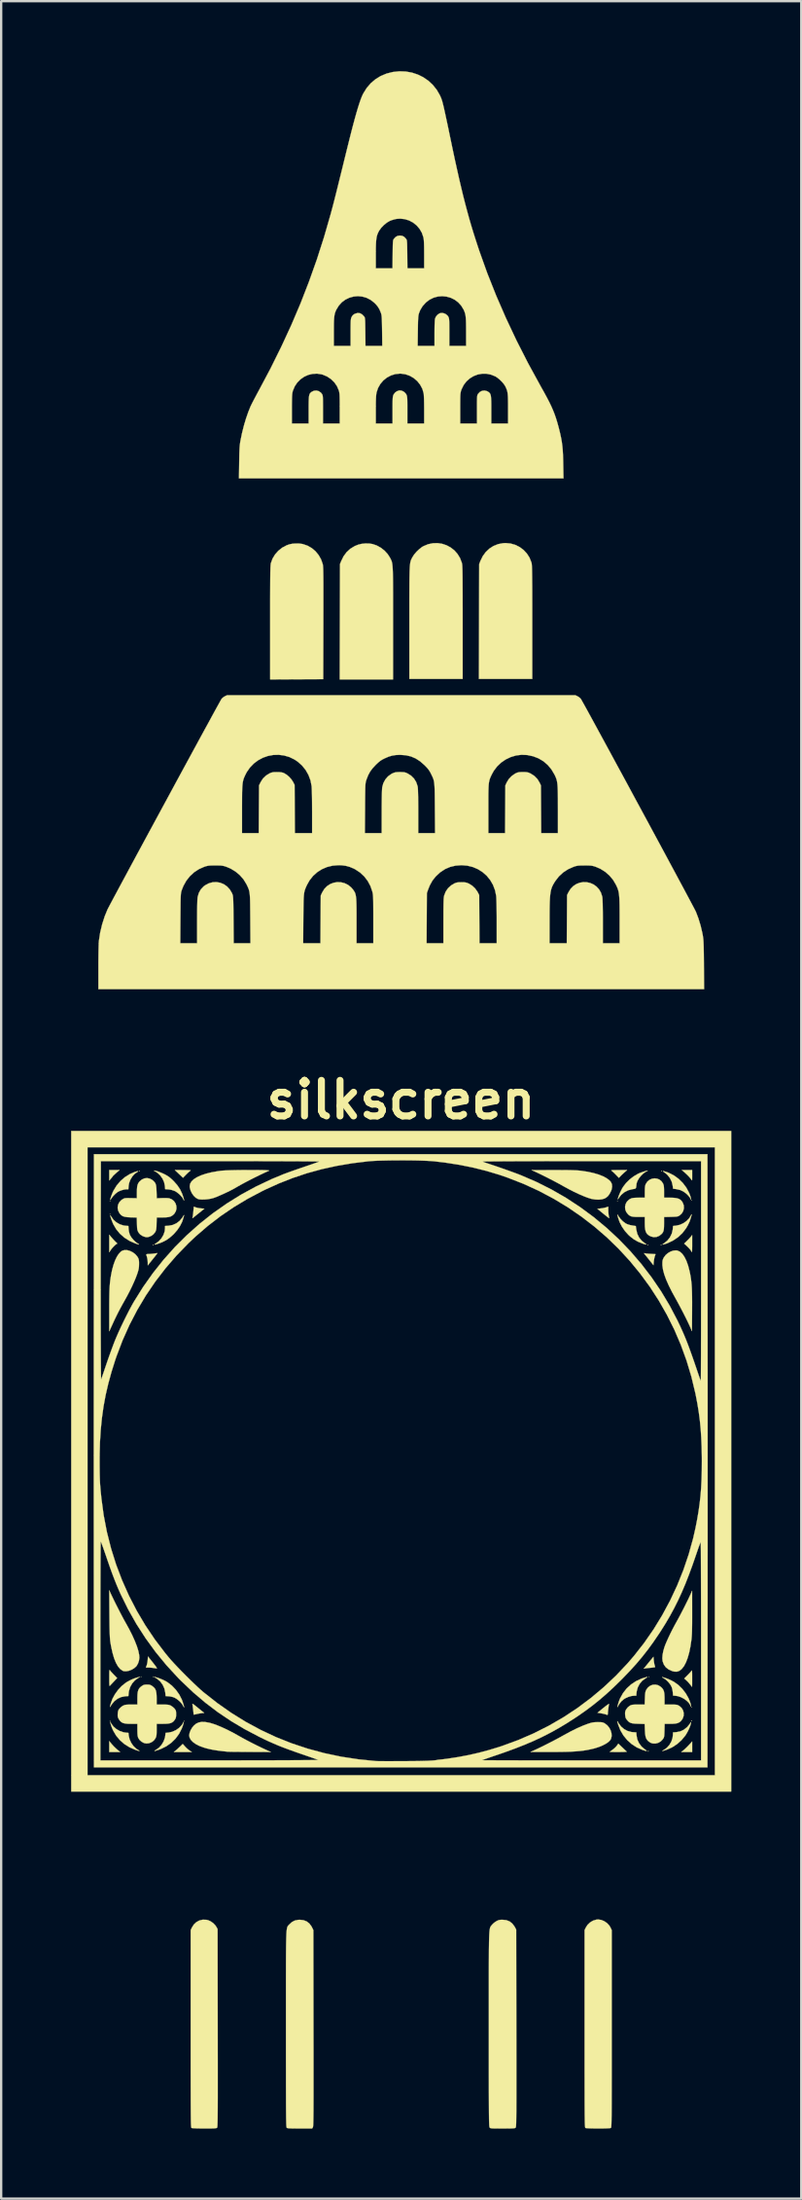
<source format=kicad_pcb>
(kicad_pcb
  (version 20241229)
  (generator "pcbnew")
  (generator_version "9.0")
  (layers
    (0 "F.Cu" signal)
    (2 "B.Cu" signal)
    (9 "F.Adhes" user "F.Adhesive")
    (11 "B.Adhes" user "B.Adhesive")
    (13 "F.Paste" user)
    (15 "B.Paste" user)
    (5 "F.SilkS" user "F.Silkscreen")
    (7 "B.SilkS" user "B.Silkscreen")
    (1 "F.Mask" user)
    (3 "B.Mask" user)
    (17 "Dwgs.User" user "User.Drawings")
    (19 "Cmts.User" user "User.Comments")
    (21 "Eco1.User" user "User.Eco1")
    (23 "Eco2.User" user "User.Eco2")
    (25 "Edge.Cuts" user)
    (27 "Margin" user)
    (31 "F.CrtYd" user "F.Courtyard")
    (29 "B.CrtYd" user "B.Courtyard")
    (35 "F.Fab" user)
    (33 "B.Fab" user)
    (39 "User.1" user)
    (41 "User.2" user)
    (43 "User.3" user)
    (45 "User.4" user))
  (footprint "silkscreen"
    (layer "F.Cu")
    (at 14.144 44.071)
    (property "Reference" "silkscreen" (at 0 0 0) (layer "F.SilkS") (effects (font (size 1.524 1.524) (thickness 0.3))))
    (attr through_hole)
    (fp_poly (pts (xy -12.467 4.329) (xy -12.478 4.339) (xy -12.488 4.329) (xy -12.478 4.318) (xy -12.467 4.329)) (stroke (width 0.01) (type solid)) (fill yes) (layer "F.SilkS"))
    (fp_poly (pts (xy -12.467 4.9) (xy -12.478 4.911) (xy -12.488 4.9) (xy -12.478 4.889) (xy -12.467 4.9)) (stroke (width 0.01) (type solid)) (fill yes) (layer "F.SilkS"))
    (fp_poly (pts (xy -12.467 26.617) (xy -12.478 26.628) (xy -12.488 26.617) (xy -12.478 26.607) (xy -12.467 26.617)) (stroke (width 0.01) (type solid)) (fill yes) (layer "F.SilkS"))
    (fp_poly (pts (xy -11.134 24.712) (xy -11.144 24.723) (xy -11.155 24.712) (xy -11.144 24.701) (xy -11.134 24.712)) (stroke (width 0.01) (type solid)) (fill yes) (layer "F.SilkS"))
    (fp_poly (pts (xy -10.626 24.712) (xy -10.636 24.723) (xy -10.647 24.712) (xy -10.636 24.701) (xy -10.626 24.712)) (stroke (width 0.01) (type solid)) (fill yes) (layer "F.SilkS"))
    (fp_poly (pts (xy -9.292 26.617) (xy -9.303 26.628) (xy -9.313 26.617) (xy -9.303 26.607) (xy -9.292 26.617)) (stroke (width 0.01) (type solid)) (fill yes) (layer "F.SilkS"))
    (fp_poly (pts (xy 9.292 4.329) (xy 9.282 4.339) (xy 9.271 4.329) (xy 9.282 4.318) (xy 9.292 4.329)) (stroke (width 0.01) (type solid)) (fill yes) (layer "F.SilkS"))
    (fp_poly (pts (xy 10.647 24.712) (xy 10.636 24.723) (xy 10.626 24.712) (xy 10.636 24.701) (xy 10.647 24.712)) (stroke (width 0.01) (type solid)) (fill yes) (layer "F.SilkS"))
    (fp_poly (pts (xy 12.467 4.307) (xy 12.457 4.318) (xy 12.446 4.307) (xy 12.457 4.297) (xy 12.467 4.307)) (stroke (width 0.01) (type solid)) (fill yes) (layer "F.SilkS"))
    (fp_poly (pts (xy 12.467 26.024) (xy 12.457 26.035) (xy 12.446 26.024) (xy 12.457 26.014) (xy 12.467 26.024)) (stroke (width 0.01) (type solid)) (fill yes) (layer "F.SilkS"))
    (fp_poly (pts (xy -11.204 3.034) (xy -11.207 3.046) (xy -11.218 3.048) (xy -11.236 3.04) (xy -11.232 3.034) (xy -11.207 3.031) (xy -11.204 3.034)) (stroke (width 0.01) (type solid)) (fill yes) (layer "F.SilkS"))
    (fp_poly (pts (xy -10.612 6.209) (xy -10.614 6.221) (xy -10.626 6.223) (xy -10.643 6.215) (xy -10.64 6.209) (xy -10.615 6.206) (xy -10.612 6.209)) (stroke (width 0.01) (type solid)) (fill yes) (layer "F.SilkS"))
    (fp_poly (pts (xy 10.597 6.209) (xy 10.595 6.221) (xy 10.583 6.223) (xy 10.566 6.215) (xy 10.569 6.209) (xy 10.594 6.206) (xy 10.597 6.209)) (stroke (width 0.01) (type solid)) (fill yes) (layer "F.SilkS"))
    (fp_poly (pts (xy 10.619 27.905) (xy 10.616 27.917) (xy 10.604 27.919) (xy 10.587 27.911) (xy 10.59 27.905) (xy 10.616 27.902) (xy 10.619 27.905)) (stroke (width 0.01) (type solid)) (fill yes) (layer "F.SilkS"))
    (fp_poly (pts (xy 11.169 6.209) (xy 11.166 6.221) (xy 11.155 6.223) (xy 11.137 6.215) (xy 11.141 6.209) (xy 11.166 6.206) (xy 11.169 6.209)) (stroke (width 0.01) (type solid)) (fill yes) (layer "F.SilkS"))
    (fp_poly (pts (xy 11.19 3.034) (xy 11.187 3.046) (xy 11.176 3.048) (xy 11.159 3.04) (xy 11.162 3.034) (xy 11.187 3.031) (xy 11.19 3.034)) (stroke (width 0.01) (type solid)) (fill yes) (layer "F.SilkS"))
    (fp_poly (pts (xy 12.46 26.592) (xy 12.463 26.618) (xy 12.46 26.621) (xy 12.448 26.618) (xy 12.446 26.607) (xy 12.454 26.589) (xy 12.46 26.592)) (stroke (width 0.01) (type solid)) (fill yes) (layer "F.SilkS"))
    (fp_poly (pts (xy -12.403 27.6) (xy -12.329 27.682) (xy -12.241 27.769) (xy -12.169 27.834) (xy -12.042 27.94) (xy -12.509 27.94) (xy -12.509 27.472) (xy -12.403 27.6)) (stroke (width 0.01) (type solid)) (fill yes) (layer "F.SilkS"))
    (fp_poly (pts (xy 12.488 27.94) (xy 12.019 27.94) (xy 12.122 27.858) (xy 12.186 27.803) (xy 12.263 27.729) (xy 12.339 27.651) (xy 12.357 27.631) (xy 12.488 27.486) (xy 12.488 27.94)) (stroke (width 0.01) (type solid)) (fill yes) (layer "F.SilkS"))
    (fp_poly (pts (xy -12.213 3.134) (xy -12.278 3.191) (xy -12.328 3.239) (xy -12.358 3.269) (xy -12.362 3.277) (xy -12.376 3.3) (xy -12.409 3.342) (xy -12.436 3.374) (xy -12.509 3.457) (xy -12.509 3.006) (xy -12.064 3.006) (xy -12.213 3.134)) (stroke (width 0.01) (type solid)) (fill yes) (layer "F.SilkS"))
    (fp_poly (pts (xy 14.161 29.633) (xy -14.139 29.633) (xy -14.139 2.032) (xy -13.441 2.032) (xy -13.441 28.935) (xy 13.462 28.935) (xy 13.462 2.032) (xy -13.441 2.032) (xy -14.139 2.032) (xy -14.139 1.333) (xy 14.161 1.333) (xy 14.161 29.633)) (stroke (width 0.01) (type solid)) (fill yes) (layer "F.SilkS"))
    (fp_poly (pts (xy -9.256 27.707) (xy -9.189 27.776) (xy -9.115 27.84) (xy -9.06 27.88) (xy -8.966 27.94) (xy -9.74 27.94) (xy -9.669 27.883) (xy -9.619 27.84) (xy -9.552 27.78) (xy -9.483 27.715) (xy -9.478 27.711) (xy -9.358 27.594) (xy -9.256 27.707)) (stroke (width 0.01) (type solid)) (fill yes) (layer "F.SilkS"))
    (fp_poly (pts (xy 12.488 3.228) (xy 12.488 3.319) (xy 12.487 3.392) (xy 12.485 3.438) (xy 12.483 3.449) (xy 12.468 3.434) (xy 12.436 3.394) (xy 12.404 3.352) (xy 12.352 3.292) (xy 12.28 3.218) (xy 12.203 3.146) (xy 12.186 3.13) (xy 12.043 3.006) (xy 12.488 3.006) (xy 12.488 3.228)) (stroke (width 0.01) (type solid)) (fill yes) (layer "F.SilkS"))
    (fp_poly (pts (xy -12.407 5.899) (xy -12.344 5.971) (xy -12.278 6.041) (xy -12.227 6.091) (xy -12.185 6.13) (xy -12.165 6.155) (xy -12.166 6.16) (xy -12.199 6.175) (xy -12.25 6.215) (xy -12.309 6.271) (xy -12.37 6.336) (xy -12.422 6.401) (xy -12.437 6.421) (xy -12.509 6.529) (xy -12.509 5.776) (xy -12.407 5.899)) (stroke (width 0.01) (type solid)) (fill yes) (layer "F.SilkS"))
    (fp_poly (pts (xy -9.341 3.007) (xy -9.212 3.007) (xy -9.119 3.009) (xy -9.06 3.011) (xy -9.027 3.016) (xy -9.017 3.023) (xy -9.025 3.033) (xy -9.038 3.042) (xy -9.078 3.073) (xy -9.135 3.125) (xy -9.201 3.189) (xy -9.219 3.207) (xy -9.347 3.338) (xy -9.522 3.172) (xy -9.697 3.006) (xy -9.341 3.007)) (stroke (width 0.01) (type solid)) (fill yes) (layer "F.SilkS"))
    (fp_poly (pts (xy 10.841 24.011) (xy 10.852 24.096) (xy 10.865 24.172) (xy 10.878 24.221) (xy 10.894 24.269) (xy 10.901 24.298) (xy 10.881 24.307) (xy 10.83 24.317) (xy 10.757 24.326) (xy 10.742 24.328) (xy 10.65 24.336) (xy 10.562 24.346) (xy 10.497 24.355) (xy 10.41 24.369) (xy 10.618 24.114) (xy 10.827 23.859) (xy 10.841 24.011)) (stroke (width 0.01) (type solid)) (fill yes) (layer "F.SilkS"))
    (fp_poly (pts (xy -10.641 24.105) (xy -10.556 24.214) (xy -10.499 24.292) (xy -10.47 24.34) (xy -10.468 24.36) (xy -10.472 24.36) (xy -10.515 24.355) (xy -10.579 24.345) (xy -10.604 24.341) (xy -10.683 24.33) (xy -10.776 24.323) (xy -10.82 24.322) (xy -10.941 24.32) (xy -10.908 24.241) (xy -10.889 24.179) (xy -10.872 24.094) (xy -10.861 24.004) (xy -10.848 23.847) (xy -10.641 24.105)) (stroke (width 0.01) (type solid)) (fill yes) (layer "F.SilkS"))
    (fp_poly (pts (xy 8.891 4.727) (xy 8.894 4.819) (xy 8.902 4.91) (xy 8.912 4.972) (xy 8.924 5.028) (xy 8.929 5.064) (xy 8.928 5.069) (xy 8.91 5.058) (xy 8.866 5.025) (xy 8.8 4.974) (xy 8.719 4.909) (xy 8.672 4.871) (xy 8.423 4.667) (xy 8.566 4.651) (xy 8.657 4.638) (xy 8.745 4.62) (xy 8.8 4.605) (xy 8.89 4.575) (xy 8.891 4.727)) (stroke (width 0.01) (type solid)) (fill yes) (layer "F.SilkS"))
    (fp_poly (pts (xy 9.597 3.096) (xy 9.527 3.159) (xy 9.457 3.225) (xy 9.42 3.263) (xy 9.345 3.34) (xy 9.218 3.209) (xy 9.153 3.143) (xy 9.092 3.087) (xy 9.047 3.048) (xy 9.038 3.042) (xy 9.021 3.03) (xy 9.018 3.021) (xy 9.033 3.014) (xy 9.073 3.011) (xy 9.141 3.008) (xy 9.242 3.007) (xy 9.343 3.007) (xy 9.7 3.006) (xy 9.597 3.096)) (stroke (width 0.01) (type solid)) (fill yes) (layer "F.SilkS"))
    (fp_poly (pts (xy 10.441 6.568) (xy 10.446 6.57) (xy 10.484 6.578) (xy 10.554 6.587) (xy 10.643 6.595) (xy 10.703 6.598) (xy 10.918 6.61) (xy 10.886 6.697) (xy 10.868 6.764) (xy 10.851 6.853) (xy 10.841 6.933) (xy 10.827 7.083) (xy 10.684 6.902) (xy 10.616 6.817) (xy 10.551 6.735) (xy 10.496 6.667) (xy 10.472 6.637) (xy 10.435 6.589) (xy 10.425 6.568) (xy 10.441 6.568)) (stroke (width 0.01) (type solid)) (fill yes) (layer "F.SilkS"))
    (fp_poly (pts (xy 12.488 6.156) (xy 12.488 6.274) (xy 12.486 6.377) (xy 12.484 6.456) (xy 12.482 6.506) (xy 12.479 6.519) (xy 12.464 6.503) (xy 12.436 6.463) (xy 12.426 6.447) (xy 12.387 6.395) (xy 12.329 6.331) (xy 12.263 6.266) (xy 12.262 6.265) (xy 12.143 6.157) (xy 12.237 6.068) (xy 12.306 5.999) (xy 12.378 5.923) (xy 12.41 5.886) (xy 12.488 5.792) (xy 12.488 6.156)) (stroke (width 0.01) (type solid)) (fill yes) (layer "F.SilkS"))
    (fp_poly (pts (xy -8.797 4.607) (xy -8.728 4.626) (xy -8.639 4.642) (xy -8.569 4.65) (xy -8.428 4.662) (xy -8.654 4.843) (xy -8.74 4.911) (xy -8.816 4.973) (xy -8.876 5.021) (xy -8.911 5.05) (xy -8.915 5.053) (xy -8.936 5.068) (xy -8.942 5.058) (xy -8.934 5.016) (xy -8.931 5.002) (xy -8.921 4.941) (xy -8.909 4.856) (xy -8.9 4.762) (xy -8.899 4.749) (xy -8.884 4.576) (xy -8.797 4.607)) (stroke (width 0.01) (type solid)) (fill yes) (layer "F.SilkS"))
    (fp_poly (pts (xy 8.923 25.884) (xy 8.915 25.922) (xy 8.904 25.99) (xy 8.893 26.075) (xy 8.882 26.164) (xy 8.874 26.244) (xy 8.869 26.303) (xy 8.869 26.315) (xy 8.864 26.343) (xy 8.844 26.349) (xy 8.798 26.334) (xy 8.784 26.328) (xy 8.737 26.314) (xy 8.663 26.297) (xy 8.58 26.282) (xy 8.428 26.257) (xy 8.682 26.05) (xy 8.773 25.978) (xy 8.846 25.923) (xy 8.896 25.889) (xy 8.921 25.879) (xy 8.923 25.884)) (stroke (width 0.01) (type solid)) (fill yes) (layer "F.SilkS"))
    (fp_poly (pts (xy -10.455 6.585) (xy -10.489 6.629) (xy -10.54 6.695) (xy -10.605 6.777) (xy -10.649 6.832) (xy -10.858 7.092) (xy -10.858 6.968) (xy -10.864 6.876) (xy -10.879 6.782) (xy -10.89 6.74) (xy -10.908 6.677) (xy -10.92 6.632) (xy -10.922 6.62) (xy -10.903 6.611) (xy -10.854 6.605) (xy -10.811 6.604) (xy -10.724 6.6) (xy -10.624 6.59) (xy -10.574 6.583) (xy -10.507 6.573) (xy -10.46 6.567) (xy -10.444 6.567) (xy -10.455 6.585)) (stroke (width 0.01) (type solid)) (fill yes) (layer "F.SilkS"))
    (fp_poly (pts (xy -12.484 24.432) (xy -12.472 24.448) (xy -12.442 24.487) (xy -12.39 24.545) (xy -12.327 24.612) (xy -12.304 24.636) (xy -12.171 24.772) (xy -12.312 24.922) (xy -12.377 24.99) (xy -12.432 25.049) (xy -12.471 25.091) (xy -12.482 25.103) (xy -12.492 25.108) (xy -12.499 25.094) (xy -12.504 25.057) (xy -12.507 24.991) (xy -12.508 24.892) (xy -12.508 24.764) (xy -12.508 24.632) (xy -12.507 24.537) (xy -12.504 24.474) (xy -12.5 24.439) (xy -12.493 24.427) (xy -12.484 24.432)) (stroke (width 0.01) (type solid)) (fill yes) (layer "F.SilkS"))
    (fp_poly (pts (xy -8.899 25.896) (xy -8.84 25.939) (xy -8.77 25.996) (xy -8.686 26.064) (xy -8.607 26.129) (xy -8.542 26.181) (xy -8.508 26.207) (xy -8.435 26.263) (xy -8.562 26.278) (xy -8.653 26.291) (xy -8.745 26.309) (xy -8.789 26.32) (xy -8.847 26.333) (xy -8.884 26.337) (xy -8.89 26.334) (xy -8.894 26.289) (xy -8.901 26.218) (xy -8.91 26.133) (xy -8.921 26.044) (xy -8.932 25.964) (xy -8.94 25.905) (xy -8.945 25.879) (xy -8.936 25.875) (xy -8.899 25.896)) (stroke (width 0.01) (type solid)) (fill yes) (layer "F.SilkS"))
    (fp_poly (pts (xy 9.492 27.743) (xy 9.562 27.81) (xy 9.623 27.868) (xy 9.666 27.908) (xy 9.683 27.923) (xy 9.669 27.929) (xy 9.62 27.933) (xy 9.541 27.937) (xy 9.438 27.939) (xy 9.328 27.94) (xy 9.208 27.94) (xy 9.103 27.939) (xy 9.021 27.937) (xy 8.969 27.935) (xy 8.954 27.933) (xy 8.97 27.918) (xy 9.012 27.887) (xy 9.071 27.845) (xy 9.071 27.845) (xy 9.145 27.786) (xy 9.215 27.719) (xy 9.255 27.672) (xy 9.321 27.58) (xy 9.492 27.743)) (stroke (width 0.01) (type solid)) (fill yes) (layer "F.SilkS"))
    (fp_poly (pts (xy 12.479 24.464) (xy 12.483 24.502) (xy 12.486 24.569) (xy 12.487 24.669) (xy 12.487 24.781) (xy 12.487 24.9) (xy 12.487 25.003) (xy 12.485 25.082) (xy 12.484 25.132) (xy 12.482 25.146) (xy 12.467 25.131) (xy 12.434 25.09) (xy 12.394 25.039) (xy 12.335 24.967) (xy 12.268 24.897) (xy 12.23 24.862) (xy 12.147 24.791) (xy 12.282 24.656) (xy 12.347 24.589) (xy 12.404 24.527) (xy 12.444 24.48) (xy 12.452 24.469) (xy 12.464 24.452) (xy 12.473 24.448) (xy 12.479 24.464)) (stroke (width 0.01) (type solid)) (fill yes) (layer "F.SilkS"))
    (fp_poly (pts (xy -12.424 26.719) (xy -12.333 26.844) (xy -12.211 26.952) (xy -12.067 27.036) (xy -11.91 27.091) (xy -11.817 27.107) (xy -11.687 27.12) (xy -11.673 27.243) (xy -11.637 27.396) (xy -11.568 27.546) (xy -11.474 27.681) (xy -11.36 27.792) (xy -11.268 27.853) (xy -11.223 27.88) (xy -11.214 27.893) (xy -11.241 27.891) (xy -11.301 27.876) (xy -11.388 27.847) (xy -11.634 27.74) (xy -11.856 27.603) (xy -12.048 27.436) (xy -12.21 27.244) (xy -12.339 27.027) (xy -12.379 26.938) (xy -12.412 26.854) (xy -12.439 26.774) (xy -12.454 26.715) (xy -12.455 26.712) (xy -12.468 26.638) (xy -12.424 26.719)) (stroke (width 0.01) (type solid)) (fill yes) (layer "F.SilkS"))
    (fp_poly (pts (xy -9.326 26.712) (xy -9.34 26.769) (xy -9.367 26.848) (xy -9.399 26.932) (xy -9.402 26.938) (xy -9.516 27.162) (xy -9.665 27.363) (xy -9.845 27.54) (xy -10.053 27.689) (xy -10.286 27.806) (xy -10.413 27.853) (xy -10.503 27.881) (xy -10.557 27.894) (xy -10.573 27.891) (xy -10.551 27.874) (xy -10.52 27.856) (xy -10.383 27.76) (xy -10.267 27.634) (xy -10.178 27.485) (xy -10.121 27.324) (xy -10.108 27.246) (xy -10.093 27.12) (xy -9.963 27.107) (xy -9.806 27.072) (xy -9.654 27.003) (xy -9.517 26.908) (xy -9.406 26.793) (xy -9.353 26.714) (xy -9.312 26.638) (xy -9.326 26.712)) (stroke (width 0.01) (type solid)) (fill yes) (layer "F.SilkS"))
    (fp_poly (pts (xy 9.293 26.636) (xy 9.324 26.688) (xy 9.333 26.703) (xy 9.437 26.845) (xy 9.568 26.958) (xy 9.72 27.039) (xy 9.886 27.083) (xy 9.94 27.089) (xy 10.091 27.099) (xy 10.102 27.231) (xy 10.136 27.404) (xy 10.209 27.563) (xy 10.318 27.705) (xy 10.458 27.825) (xy 10.476 27.837) (xy 10.526 27.873) (xy 10.538 27.892) (xy 10.512 27.894) (xy 10.449 27.879) (xy 10.351 27.847) (xy 10.112 27.742) (xy 9.895 27.602) (xy 9.704 27.431) (xy 9.541 27.233) (xy 9.41 27.01) (xy 9.315 26.768) (xy 9.289 26.68) (xy 9.276 26.63) (xy 9.277 26.616) (xy 9.293 26.636)) (stroke (width 0.01) (type solid)) (fill yes) (layer "F.SilkS"))
    (fp_poly (pts (xy 12.464 4.917) (xy 12.452 4.973) (xy 12.436 5.037) (xy 12.381 5.206) (xy 12.303 5.371) (xy 12.223 5.506) (xy 12.068 5.709) (xy 11.882 5.883) (xy 11.667 6.028) (xy 11.427 6.141) (xy 11.369 6.162) (xy 11.282 6.19) (xy 11.232 6.2) (xy 11.22 6.192) (xy 11.245 6.168) (xy 11.283 6.142) (xy 11.424 6.029) (xy 11.535 5.889) (xy 11.613 5.73) (xy 11.654 5.557) (xy 11.656 5.54) (xy 11.668 5.403) (xy 11.797 5.389) (xy 11.957 5.354) (xy 12.11 5.285) (xy 12.247 5.189) (xy 12.359 5.071) (xy 12.422 4.97) (xy 12.449 4.918) (xy 12.463 4.9) (xy 12.464 4.917)) (stroke (width 0.01) (type solid)) (fill yes) (layer "F.SilkS"))
    (fp_poly (pts (xy -11.261 24.763) (xy -11.406 24.867) (xy -11.524 25) (xy -11.612 25.156) (xy -11.665 25.328) (xy -11.675 25.398) (xy -11.689 25.543) (xy -11.831 25.553) (xy -11.999 25.586) (xy -12.153 25.657) (xy -12.291 25.764) (xy -12.406 25.904) (xy -12.428 25.94) (xy -12.459 25.988) (xy -12.478 26.011) (xy -12.48 26.003) (xy -12.469 25.957) (xy -12.452 25.891) (xy -12.445 25.866) (xy -12.375 25.667) (xy -12.269 25.471) (xy -12.135 25.284) (xy -11.98 25.117) (xy -11.809 24.978) (xy -11.73 24.928) (xy -11.623 24.87) (xy -11.504 24.816) (xy -11.388 24.771) (xy -11.289 24.741) (xy -11.261 24.735) (xy -11.187 24.721) (xy -11.261 24.763)) (stroke (width 0.01) (type solid)) (fill yes) (layer "F.SilkS"))
    (fp_poly (pts (xy 12.442 26.667) (xy 12.438 26.698) (xy 12.435 26.712) (xy 12.405 26.817) (xy 12.356 26.941) (xy 12.293 27.07) (xy 12.224 27.19) (xy 12.194 27.235) (xy 12.032 27.43) (xy 11.843 27.599) (xy 11.632 27.737) (xy 11.406 27.838) (xy 11.388 27.844) (xy 11.291 27.876) (xy 11.231 27.892) (xy 11.208 27.893) (xy 11.224 27.878) (xy 11.268 27.853) (xy 11.4 27.76) (xy 11.511 27.637) (xy 11.595 27.493) (xy 11.646 27.335) (xy 11.659 27.239) (xy 11.667 27.099) (xy 11.808 27.089) (xy 11.977 27.056) (xy 12.131 26.984) (xy 12.269 26.875) (xy 12.375 26.746) (xy 12.416 26.688) (xy 12.437 26.662) (xy 12.442 26.667)) (stroke (width 0.01) (type solid)) (fill yes) (layer "F.SilkS"))
    (fp_poly (pts (xy -12.451 4.955) (xy -12.423 5.001) (xy -12.422 5.003) (xy -12.331 5.133) (xy -12.209 5.243) (xy -12.065 5.327) (xy -11.908 5.379) (xy -11.822 5.392) (xy -11.689 5.403) (xy -11.678 5.543) (xy -11.666 5.636) (xy -11.643 5.728) (xy -11.624 5.783) (xy -11.563 5.889) (xy -11.474 5.997) (xy -11.371 6.093) (xy -11.304 6.142) (xy -11.252 6.177) (xy -11.232 6.195) (xy -11.247 6.197) (xy -11.298 6.183) (xy -11.386 6.152) (xy -11.388 6.152) (xy -11.637 6.043) (xy -11.859 5.903) (xy -12.051 5.735) (xy -12.212 5.54) (xy -12.34 5.32) (xy -12.413 5.138) (xy -12.445 5.04) (xy -12.461 4.976) (xy -12.463 4.947) (xy -12.451 4.955)) (stroke (width 0.01) (type solid)) (fill yes) (layer "F.SilkS"))
    (fp_poly (pts (xy -10.52 24.735) (xy -10.43 24.758) (xy -10.32 24.799) (xy -10.202 24.849) (xy -10.091 24.904) (xy -10.019 24.946) (xy -9.824 25.095) (xy -9.651 25.276) (xy -9.505 25.481) (xy -9.392 25.703) (xy -9.327 25.897) (xy -9.31 25.964) (xy -9.3 26.011) (xy -9.299 26.028) (xy -9.311 26.014) (xy -9.335 25.973) (xy -9.355 25.937) (xy -9.422 25.84) (xy -9.518 25.743) (xy -9.627 25.659) (xy -9.71 25.611) (xy -9.801 25.579) (xy -9.91 25.557) (xy -9.951 25.553) (xy -10.092 25.543) (xy -10.106 25.398) (xy -10.144 25.221) (xy -10.218 25.058) (xy -10.325 24.915) (xy -10.461 24.799) (xy -10.52 24.763) (xy -10.594 24.721) (xy -10.52 24.735)) (stroke (width 0.01) (type solid)) (fill yes) (layer "F.SilkS"))
    (fp_poly (pts (xy -9.3 4.942) (xy -9.313 4.995) (xy -9.326 5.048) (xy -9.383 5.222) (xy -9.473 5.402) (xy -9.592 5.577) (xy -9.733 5.74) (xy -9.775 5.781) (xy -9.925 5.912) (xy -10.071 6.013) (xy -10.228 6.093) (xy -10.354 6.142) (xy -10.456 6.176) (xy -10.526 6.196) (xy -10.563 6.2) (xy -10.564 6.189) (xy -10.528 6.162) (xy -10.52 6.157) (xy -10.383 6.055) (xy -10.269 5.928) (xy -10.184 5.784) (xy -10.132 5.632) (xy -10.118 5.502) (xy -10.118 5.403) (xy -9.964 5.393) (xy -9.793 5.361) (xy -9.635 5.291) (xy -9.495 5.187) (xy -9.38 5.051) (xy -9.352 5.007) (xy -9.321 4.958) (xy -9.303 4.935) (xy -9.3 4.942)) (stroke (width 0.01) (type solid)) (fill yes) (layer "F.SilkS"))
    (fp_poly (pts (xy -11.268 3.059) (xy -11.278 3.074) (xy -11.314 3.096) (xy -11.424 3.175) (xy -11.522 3.286) (xy -11.602 3.418) (xy -11.657 3.561) (xy -11.679 3.688) (xy -11.69 3.831) (xy -11.768 3.831) (xy -11.866 3.842) (xy -11.979 3.872) (xy -12.087 3.914) (xy -12.148 3.947) (xy -12.241 4.02) (xy -12.334 4.114) (xy -12.41 4.213) (xy -12.423 4.233) (xy -12.45 4.274) (xy -12.465 4.288) (xy -12.467 4.285) (xy -12.459 4.235) (xy -12.437 4.159) (xy -12.404 4.068) (xy -12.367 3.975) (xy -12.33 3.895) (xy -12.196 3.674) (xy -12.031 3.479) (xy -11.839 3.312) (xy -11.625 3.179) (xy -11.418 3.09) (xy -11.342 3.067) (xy -11.291 3.056) (xy -11.268 3.059)) (stroke (width 0.01) (type solid)) (fill yes) (layer "F.SilkS"))
    (fp_poly (pts (xy 9.302 4.94) (xy 9.331 4.985) (xy 9.413 5.098) (xy 9.518 5.204) (xy 9.631 5.289) (xy 9.672 5.312) (xy 9.738 5.338) (xy 9.827 5.364) (xy 9.915 5.381) (xy 10.07 5.406) (xy 10.091 5.555) (xy 10.135 5.74) (xy 10.212 5.898) (xy 10.323 6.033) (xy 10.443 6.129) (xy 10.499 6.17) (xy 10.52 6.193) (xy 10.504 6.198) (xy 10.451 6.185) (xy 10.36 6.155) (xy 10.351 6.152) (xy 10.158 6.073) (xy 9.991 5.978) (xy 9.834 5.857) (xy 9.751 5.781) (xy 9.605 5.619) (xy 9.479 5.437) (xy 9.379 5.244) (xy 9.314 5.059) (xy 9.297 4.991) (xy 9.282 4.935) (xy 9.279 4.921) (xy 9.282 4.915) (xy 9.302 4.94)) (stroke (width 0.01) (type solid)) (fill yes) (layer "F.SilkS"))
    (fp_poly (pts (xy 10.568 24.729) (xy 10.549 24.746) (xy 10.496 24.779) (xy 10.485 24.785) (xy 10.347 24.888) (xy 10.235 25.02) (xy 10.154 25.175) (xy 10.109 25.344) (xy 10.103 25.387) (xy 10.09 25.527) (xy 10 25.527) (xy 9.88 25.541) (xy 9.749 25.58) (xy 9.624 25.636) (xy 9.55 25.683) (xy 9.455 25.766) (xy 9.371 25.871) (xy 9.304 25.982) (xy 9.284 26.013) (xy 9.278 26.011) (xy 9.28 26.003) (xy 9.312 25.876) (xy 9.344 25.774) (xy 9.38 25.681) (xy 9.398 25.639) (xy 9.522 25.416) (xy 9.679 25.217) (xy 9.866 25.046) (xy 10.079 24.904) (xy 10.315 24.796) (xy 10.4 24.767) (xy 10.494 24.74) (xy 10.55 24.727) (xy 10.568 24.729)) (stroke (width 0.01) (type solid)) (fill yes) (layer "F.SilkS"))
    (fp_poly (pts (xy 11.262 3.055) (xy 11.282 3.059) (xy 11.343 3.075) (xy 11.422 3.102) (xy 11.478 3.123) (xy 11.701 3.235) (xy 11.905 3.382) (xy 12.085 3.558) (xy 12.237 3.759) (xy 12.355 3.98) (xy 12.396 4.085) (xy 12.42 4.16) (xy 12.434 4.219) (xy 12.44 4.258) (xy 12.436 4.271) (xy 12.422 4.252) (xy 12.405 4.216) (xy 12.376 4.169) (xy 12.325 4.107) (xy 12.262 4.042) (xy 12.254 4.034) (xy 12.117 3.929) (xy 11.967 3.86) (xy 11.795 3.822) (xy 11.787 3.821) (xy 11.668 3.806) (xy 11.654 3.688) (xy 11.613 3.511) (xy 11.533 3.349) (xy 11.42 3.208) (xy 11.325 3.129) (xy 11.265 3.084) (xy 11.236 3.06) (xy 11.236 3.052) (xy 11.262 3.055)) (stroke (width 0.01) (type solid)) (fill yes) (layer "F.SilkS"))
    (fp_poly (pts (xy -10.525 3.036) (xy -10.436 3.062) (xy -10.33 3.102) (xy -10.216 3.15) (xy -10.128 3.192) (xy -10.031 3.246) (xy -9.947 3.301) (xy -9.864 3.369) (xy -9.77 3.457) (xy -9.746 3.481) (xy -9.594 3.652) (xy -9.476 3.827) (xy -9.384 4.019) (xy -9.336 4.157) (xy -9.313 4.238) (xy -9.302 4.29) (xy -9.302 4.312) (xy -9.314 4.3) (xy -9.335 4.252) (xy -9.38 4.178) (xy -9.451 4.096) (xy -9.539 4.014) (xy -9.631 3.944) (xy -9.707 3.902) (xy -9.851 3.854) (xy -9.97 3.836) (xy -10.112 3.826) (xy -10.123 3.69) (xy -10.156 3.53) (xy -10.225 3.376) (xy -10.323 3.238) (xy -10.445 3.125) (xy -10.53 3.071) (xy -10.574 3.045) (xy -10.591 3.029) (xy -10.586 3.027) (xy -10.525 3.036)) (stroke (width 0.01) (type solid)) (fill yes) (layer "F.SilkS"))
    (fp_poly (pts (xy 4.702 -23.835) (xy 4.904 -23.777) (xy 5.091 -23.684) (xy 5.257 -23.56) (xy 5.399 -23.408) (xy 5.512 -23.232) (xy 5.591 -23.034) (xy 5.6 -23.005) (xy 5.604 -22.982) (xy 5.609 -22.948) (xy 5.612 -22.902) (xy 5.616 -22.841) (xy 5.619 -22.762) (xy 5.621 -22.664) (xy 5.623 -22.545) (xy 5.625 -22.401) (xy 5.626 -22.232) (xy 5.628 -22.034) (xy 5.629 -21.805) (xy 5.629 -21.544) (xy 5.63 -21.247) (xy 5.63 -20.913) (xy 5.63 -20.539) (xy 5.63 -20.463) (xy 5.63 -18.034) (xy 3.343 -18.034) (xy 3.349 -20.495) (xy 3.355 -22.955) (xy 3.409 -23.093) (xy 3.509 -23.297) (xy 3.638 -23.472) (xy 3.793 -23.618) (xy 3.97 -23.731) (xy 4.165 -23.809) (xy 4.376 -23.849) (xy 4.488 -23.855) (xy 4.702 -23.835)) (stroke (width 0.01) (type solid)) (fill yes) (layer "F.SilkS"))
    (fp_poly (pts (xy 11.213 24.733) (xy 11.229 24.736) (xy 11.337 24.767) (xy 11.463 24.815) (xy 11.594 24.874) (xy 11.712 24.937) (xy 11.712 24.937) (xy 11.896 25.069) (xy 12.065 25.234) (xy 12.211 25.424) (xy 12.33 25.632) (xy 12.386 25.765) (xy 12.411 25.84) (xy 12.429 25.906) (xy 12.439 25.957) (xy 12.441 25.987) (xy 12.434 25.989) (xy 12.417 25.959) (xy 12.407 25.936) (xy 12.346 25.837) (xy 12.252 25.742) (xy 12.136 25.658) (xy 12.006 25.59) (xy 11.872 25.546) (xy 11.792 25.533) (xy 11.668 25.522) (xy 11.657 25.381) (xy 11.644 25.289) (xy 11.622 25.195) (xy 11.602 25.141) (xy 11.544 25.04) (xy 11.459 24.936) (xy 11.362 24.843) (xy 11.265 24.775) (xy 11.261 24.774) (xy 11.21 24.745) (xy 11.195 24.733) (xy 11.213 24.733)) (stroke (width 0.01) (type solid)) (fill yes) (layer "F.SilkS"))
    (fp_poly (pts (xy -1.352 -23.834) (xy -1.218 -23.813) (xy -1.039 -23.752) (xy -0.866 -23.656) (xy -0.707 -23.533) (xy -0.573 -23.388) (xy -0.479 -23.244) (xy -0.458 -23.205) (xy -0.439 -23.169) (xy -0.423 -23.136) (xy -0.408 -23.101) (xy -0.395 -23.063) (xy -0.384 -23.02) (xy -0.374 -22.968) (xy -0.366 -22.906) (xy -0.359 -22.83) (xy -0.354 -22.74) (xy -0.349 -22.631) (xy -0.346 -22.502) (xy -0.343 -22.351) (xy -0.341 -22.174) (xy -0.34 -21.969) (xy -0.339 -21.735) (xy -0.339 -21.468) (xy -0.339 -21.166) (xy -0.339 -20.826) (xy -0.339 -20.447) (xy -0.339 -18.013) (xy -2.626 -18.013) (xy -2.62 -20.484) (xy -2.614 -22.955) (xy -2.563 -23.082) (xy -2.46 -23.291) (xy -2.329 -23.467) (xy -2.171 -23.611) (xy -1.984 -23.725) (xy -1.839 -23.784) (xy -1.691 -23.821) (xy -1.523 -23.838) (xy -1.352 -23.834)) (stroke (width 0.01) (type solid)) (fill yes) (layer "F.SilkS"))
    (fp_poly (pts (xy 10.573 3.037) (xy 10.534 3.061) (xy 10.486 3.089) (xy 10.384 3.162) (xy 10.288 3.257) (xy 10.205 3.364) (xy 10.142 3.474) (xy 10.104 3.578) (xy 10.097 3.639) (xy 10.092 3.688) (xy 10.084 3.742) (xy 10.074 3.776) (xy 10.057 3.797) (xy 10.02 3.811) (xy 9.955 3.823) (xy 9.925 3.827) (xy 9.742 3.874) (xy 9.581 3.956) (xy 9.443 4.072) (xy 9.351 4.19) (xy 9.317 4.242) (xy 9.301 4.26) (xy 9.299 4.247) (xy 9.304 4.223) (xy 9.331 4.134) (xy 9.375 4.023) (xy 9.428 3.906) (xy 9.484 3.797) (xy 9.525 3.729) (xy 9.65 3.565) (xy 9.806 3.411) (xy 9.98 3.276) (xy 10.163 3.169) (xy 10.247 3.131) (xy 10.315 3.106) (xy 10.395 3.079) (xy 10.474 3.054) (xy 10.54 3.036) (xy 10.58 3.027) (xy 10.583 3.027) (xy 10.573 3.037)) (stroke (width 0.01) (type solid)) (fill yes) (layer "F.SilkS"))
    (fp_poly (pts (xy -12.452 21.135) (xy -12.393 21.262) (xy -12.319 21.416) (xy -12.234 21.588) (xy -12.142 21.769) (xy -12.05 21.95) (xy -11.96 22.121) (xy -11.879 22.273) (xy -11.81 22.396) (xy -11.807 22.401) (xy -11.654 22.678) (xy -11.522 22.939) (xy -11.413 23.182) (xy -11.326 23.404) (xy -11.264 23.601) (xy -11.228 23.772) (xy -11.218 23.895) (xy -11.233 24.014) (xy -11.271 24.135) (xy -11.328 24.24) (xy -11.356 24.275) (xy -11.445 24.353) (xy -11.552 24.415) (xy -11.667 24.459) (xy -11.78 24.48) (xy -11.88 24.476) (xy -11.927 24.461) (xy -12.034 24.389) (xy -12.132 24.276) (xy -12.22 24.122) (xy -12.3 23.926) (xy -12.369 23.689) (xy -12.43 23.411) (xy -12.46 23.237) (xy -12.469 23.174) (xy -12.476 23.1) (xy -12.482 23.013) (xy -12.487 22.906) (xy -12.491 22.777) (xy -12.495 22.62) (xy -12.498 22.433) (xy -12.5 22.211) (xy -12.502 22.013) (xy -12.509 21.008) (xy -12.452 21.135)) (stroke (width 0.01) (type solid)) (fill yes) (layer "F.SilkS"))
    (fp_poly (pts (xy -8.4 26.654) (xy -8.225 26.684) (xy -8.196 26.691) (xy -8.037 26.738) (xy -7.851 26.807) (xy -7.642 26.896) (xy -7.417 27.002) (xy -7.182 27.123) (xy -6.942 27.257) (xy -6.938 27.259) (xy -6.777 27.349) (xy -6.59 27.45) (xy -6.387 27.555) (xy -6.182 27.658) (xy -5.987 27.753) (xy -5.821 27.83) (xy -5.577 27.94) (xy -6.466 27.936) (xy -6.659 27.936) (xy -6.841 27.934) (xy -7.007 27.933) (xy -7.153 27.932) (xy -7.273 27.93) (xy -7.363 27.928) (xy -7.418 27.927) (xy -7.429 27.926) (xy -7.668 27.901) (xy -7.872 27.875) (xy -8.048 27.847) (xy -8.206 27.815) (xy -8.351 27.779) (xy -8.456 27.748) (xy -8.645 27.679) (xy -8.803 27.597) (xy -8.928 27.506) (xy -9.018 27.408) (xy -9.069 27.304) (xy -9.081 27.223) (xy -9.064 27.122) (xy -9.021 27.009) (xy -8.956 26.898) (xy -8.88 26.806) (xy -8.782 26.725) (xy -8.672 26.674) (xy -8.547 26.65) (xy -8.4 26.654)) (stroke (width 0.01) (type solid)) (fill yes) (layer "F.SilkS"))
    (fp_poly (pts (xy 6.784 3.007) (xy 6.999 3.008) (xy 7.181 3.01) (xy 7.333 3.013) (xy 7.461 3.018) (xy 7.569 3.023) (xy 7.661 3.031) (xy 7.726 3.038) (xy 8.006 3.08) (xy 8.258 3.135) (xy 8.482 3.201) (xy 8.674 3.278) (xy 8.831 3.364) (xy 8.95 3.458) (xy 9.002 3.517) (xy 9.045 3.609) (xy 9.055 3.72) (xy 9.034 3.84) (xy 9.008 3.908) (xy 8.944 4.032) (xy 8.877 4.122) (xy 8.8 4.188) (xy 8.734 4.225) (xy 8.62 4.26) (xy 8.48 4.275) (xy 8.327 4.268) (xy 8.171 4.242) (xy 8.146 4.235) (xy 7.997 4.188) (xy 7.821 4.12) (xy 7.625 4.035) (xy 7.415 3.936) (xy 7.201 3.827) (xy 6.987 3.71) (xy 6.943 3.685) (xy 6.824 3.618) (xy 6.677 3.539) (xy 6.51 3.451) (xy 6.333 3.361) (xy 6.157 3.272) (xy 5.99 3.189) (xy 5.841 3.118) (xy 5.747 3.074) (xy 5.599 3.008) (xy 6.531 3.007) (xy 6.784 3.007)) (stroke (width 0.01) (type solid)) (fill yes) (layer "F.SilkS"))
    (fp_poly (pts (xy 11.861 6.458) (xy 11.967 6.508) (xy 12.066 6.598) (xy 12.157 6.728) (xy 12.24 6.895) (xy 12.313 7.098) (xy 12.375 7.336) (xy 12.392 7.415) (xy 12.416 7.54) (xy 12.436 7.663) (xy 12.451 7.79) (xy 12.464 7.925) (xy 12.473 8.074) (xy 12.479 8.243) (xy 12.483 8.436) (xy 12.485 8.66) (xy 12.484 8.918) (xy 12.484 9.024) (xy 12.478 9.909) (xy 12.416 9.764) (xy 12.364 9.648) (xy 12.295 9.503) (xy 12.214 9.338) (xy 12.125 9.162) (xy 12.032 8.982) (xy 11.94 8.807) (xy 11.853 8.646) (xy 11.786 8.525) (xy 11.618 8.22) (xy 11.48 7.943) (xy 11.37 7.694) (xy 11.29 7.472) (xy 11.238 7.275) (xy 11.213 7.102) (xy 11.211 7.048) (xy 11.212 6.955) (xy 11.219 6.888) (xy 11.234 6.833) (xy 11.261 6.774) (xy 11.271 6.755) (xy 11.347 6.652) (xy 11.447 6.565) (xy 11.562 6.499) (xy 11.683 6.458) (xy 11.801 6.448) (xy 11.861 6.458)) (stroke (width 0.01) (type solid)) (fill yes) (layer "F.SilkS"))
    (fp_poly (pts (xy 12.487 21.939) (xy 12.487 22.197) (xy 12.486 22.417) (xy 12.483 22.603) (xy 12.48 22.759) (xy 12.475 22.89) (xy 12.468 23) (xy 12.46 23.092) (xy 12.457 23.118) (xy 12.415 23.409) (xy 12.362 23.671) (xy 12.297 23.901) (xy 12.223 24.097) (xy 12.14 24.255) (xy 12.127 24.274) (xy 12.034 24.39) (xy 11.935 24.464) (xy 11.829 24.499) (xy 11.711 24.494) (xy 11.622 24.469) (xy 11.472 24.399) (xy 11.358 24.31) (xy 11.277 24.198) (xy 11.224 24.06) (xy 11.219 24.036) (xy 11.208 23.922) (xy 11.219 23.779) (xy 11.25 23.615) (xy 11.296 23.455) (xy 11.337 23.343) (xy 11.396 23.203) (xy 11.469 23.042) (xy 11.552 22.867) (xy 11.642 22.687) (xy 11.736 22.509) (xy 11.824 22.35) (xy 11.896 22.22) (xy 11.979 22.065) (xy 12.067 21.895) (xy 12.158 21.719) (xy 12.244 21.545) (xy 12.324 21.384) (xy 12.39 21.243) (xy 12.43 21.156) (xy 12.486 21.029) (xy 12.487 21.939)) (stroke (width 0.01) (type solid)) (fill yes) (layer "F.SilkS"))
    (fp_poly (pts (xy 8.535 26.661) (xy 8.605 26.665) (xy 8.656 26.675) (xy 8.702 26.693) (xy 8.748 26.719) (xy 8.85 26.798) (xy 8.933 26.9) (xy 8.993 27.016) (xy 9.028 27.137) (xy 9.035 27.256) (xy 9.011 27.365) (xy 8.978 27.427) (xy 8.905 27.503) (xy 8.796 27.58) (xy 8.658 27.653) (xy 8.498 27.72) (xy 8.322 27.777) (xy 8.27 27.791) (xy 8.123 27.825) (xy 7.976 27.855) (xy 7.824 27.879) (xy 7.66 27.898) (xy 7.481 27.913) (xy 7.282 27.925) (xy 7.057 27.932) (xy 6.802 27.936) (xy 6.511 27.938) (xy 6.382 27.938) (xy 5.556 27.937) (xy 5.704 27.87) (xy 5.857 27.8) (xy 6.037 27.713) (xy 6.232 27.616) (xy 6.432 27.514) (xy 6.628 27.412) (xy 6.808 27.316) (xy 6.947 27.238) (xy 7.259 27.068) (xy 7.542 26.927) (xy 7.8 26.813) (xy 8.001 26.737) (xy 8.109 26.702) (xy 8.195 26.679) (xy 8.273 26.667) (xy 8.361 26.661) (xy 8.435 26.66) (xy 8.535 26.661)) (stroke (width 0.01) (type solid)) (fill yes) (layer "F.SilkS"))
    (fp_poly (pts (xy -11.742 6.439) (xy -11.622 6.471) (xy -11.505 6.529) (xy -11.398 6.608) (xy -11.311 6.706) (xy -11.275 6.763) (xy -11.252 6.814) (xy -11.239 6.871) (xy -11.232 6.946) (xy -11.232 7.038) (xy -11.235 7.134) (xy -11.244 7.216) (xy -11.262 7.301) (xy -11.292 7.402) (xy -11.312 7.461) (xy -11.37 7.618) (xy -11.447 7.8) (xy -11.539 8.001) (xy -11.642 8.211) (xy -11.752 8.42) (xy -11.829 8.559) (xy -11.944 8.764) (xy -12.042 8.944) (xy -12.129 9.109) (xy -12.209 9.27) (xy -12.29 9.438) (xy -12.351 9.571) (xy -12.509 9.917) (xy -12.509 9.017) (xy -12.509 8.762) (xy -12.507 8.543) (xy -12.504 8.357) (xy -12.5 8.196) (xy -12.494 8.057) (xy -12.486 7.933) (xy -12.476 7.819) (xy -12.463 7.71) (xy -12.447 7.6) (xy -12.433 7.514) (xy -12.386 7.281) (xy -12.327 7.068) (xy -12.259 6.88) (xy -12.182 6.72) (xy -12.099 6.593) (xy -12.012 6.502) (xy -11.957 6.465) (xy -11.857 6.436) (xy -11.742 6.439)) (stroke (width 0.01) (type solid)) (fill yes) (layer "F.SilkS"))
    (fp_poly (pts (xy -4.363 -23.834) (xy -4.231 -23.817) (xy -4.209 -23.812) (xy -4.009 -23.744) (xy -3.826 -23.64) (xy -3.665 -23.504) (xy -3.53 -23.34) (xy -3.424 -23.153) (xy -3.355 -22.954) (xy -3.35 -22.93) (xy -3.346 -22.899) (xy -3.342 -22.857) (xy -3.338 -22.804) (xy -3.335 -22.735) (xy -3.333 -22.65) (xy -3.331 -22.546) (xy -3.329 -22.42) (xy -3.328 -22.27) (xy -3.327 -22.094) (xy -3.327 -21.889) (xy -3.327 -21.653) (xy -3.327 -21.383) (xy -3.327 -21.078) (xy -3.328 -20.735) (xy -3.328 -20.425) (xy -3.334 -18.023) (xy -4.471 -18.018) (xy -5.609 -18.012) (xy -5.609 -20.442) (xy -5.609 -20.821) (xy -5.609 -21.159) (xy -5.609 -21.46) (xy -5.608 -21.725) (xy -5.607 -21.957) (xy -5.606 -22.159) (xy -5.605 -22.332) (xy -5.603 -22.479) (xy -5.602 -22.603) (xy -5.599 -22.705) (xy -5.597 -22.788) (xy -5.593 -22.854) (xy -5.59 -22.906) (xy -5.586 -22.946) (xy -5.581 -22.976) (xy -5.577 -22.997) (xy -5.505 -23.192) (xy -5.396 -23.371) (xy -5.257 -23.527) (xy -5.091 -23.658) (xy -4.903 -23.758) (xy -4.777 -23.802) (xy -4.655 -23.826) (xy -4.511 -23.836) (xy -4.363 -23.834)) (stroke (width 0.01) (type solid)) (fill yes) (layer "F.SilkS"))
    (fp_poly (pts (xy -6.239 3.005) (xy -6.083 3.007) (xy -5.944 3.009) (xy -5.826 3.012) (xy -5.735 3.017) (xy -5.674 3.022) (xy -5.649 3.028) (xy -5.652 3.032) (xy -5.847 3.121) (xy -6.056 3.22) (xy -6.272 3.326) (xy -6.485 3.434) (xy -6.687 3.539) (xy -6.87 3.638) (xy -7.025 3.726) (xy -7.063 3.749) (xy -7.172 3.811) (xy -7.308 3.882) (xy -7.461 3.957) (xy -7.619 4.031) (xy -7.774 4.099) (xy -7.913 4.158) (xy -8.026 4.2) (xy -8.034 4.203) (xy -8.148 4.233) (xy -8.279 4.255) (xy -8.413 4.268) (xy -8.54 4.27) (xy -8.646 4.262) (xy -8.7 4.249) (xy -8.795 4.197) (xy -8.885 4.113) (xy -8.962 4.006) (xy -9.02 3.886) (xy -9.054 3.763) (xy -9.059 3.696) (xy -9.039 3.59) (xy -8.978 3.49) (xy -8.878 3.397) (xy -8.741 3.311) (xy -8.569 3.233) (xy -8.364 3.164) (xy -8.127 3.105) (xy -7.86 3.057) (xy -7.729 3.039) (xy -7.654 3.032) (xy -7.551 3.025) (xy -7.423 3.02) (xy -7.276 3.015) (xy -7.114 3.011) (xy -6.942 3.008) (xy -6.763 3.006) (xy -6.584 3.005) (xy -6.407 3.005) (xy -6.239 3.005)) (stroke (width 0.01) (type solid)) (fill yes) (layer "F.SilkS"))
    (fp_poly (pts (xy 1.769 -23.823) (xy 1.958 -23.759) (xy 2.134 -23.664) (xy 2.292 -23.54) (xy 2.426 -23.388) (xy 2.534 -23.211) (xy 2.61 -23.01) (xy 2.614 -22.993) (xy 2.619 -22.97) (xy 2.624 -22.937) (xy 2.628 -22.894) (xy 2.631 -22.838) (xy 2.634 -22.765) (xy 2.637 -22.675) (xy 2.639 -22.565) (xy 2.641 -22.432) (xy 2.642 -22.274) (xy 2.643 -22.089) (xy 2.644 -21.875) (xy 2.645 -21.629) (xy 2.645 -21.349) (xy 2.646 -21.032) (xy 2.646 -20.677) (xy 2.646 -20.453) (xy 2.646 -18.034) (xy 0.36 -18.034) (xy 0.36 -20.442) (xy 0.36 -20.823) (xy 0.36 -21.165) (xy 0.36 -21.47) (xy 0.361 -21.739) (xy 0.362 -21.976) (xy 0.363 -22.182) (xy 0.365 -22.361) (xy 0.368 -22.514) (xy 0.371 -22.645) (xy 0.376 -22.755) (xy 0.381 -22.846) (xy 0.388 -22.923) (xy 0.396 -22.985) (xy 0.405 -23.038) (xy 0.416 -23.081) (xy 0.428 -23.119) (xy 0.443 -23.153) (xy 0.459 -23.186) (xy 0.477 -23.221) (xy 0.492 -23.25) (xy 0.567 -23.365) (xy 0.668 -23.484) (xy 0.785 -23.595) (xy 0.903 -23.686) (xy 0.965 -23.722) (xy 1.164 -23.805) (xy 1.367 -23.847) (xy 1.571 -23.853) (xy 1.769 -23.823)) (stroke (width 0.01) (type solid)) (fill yes) (layer "F.SilkS"))
    (fp_poly (pts (xy -8.351 35.127) (xy -8.273 35.144) (xy -8.155 35.197) (xy -8.042 35.279) (xy -7.949 35.38) (xy -7.91 35.441) (xy -7.863 35.528) (xy -7.858 39.765) (xy -7.857 40.266) (xy -7.857 40.726) (xy -7.856 41.148) (xy -7.856 41.532) (xy -7.856 41.88) (xy -7.856 42.195) (xy -7.856 42.478) (xy -7.856 42.73) (xy -7.857 42.954) (xy -7.858 43.151) (xy -7.859 43.323) (xy -7.86 43.471) (xy -7.861 43.597) (xy -7.863 43.703) (xy -7.865 43.791) (xy -7.867 43.862) (xy -7.869 43.919) (xy -7.872 43.962) (xy -7.875 43.993) (xy -7.878 44.015) (xy -7.882 44.028) (xy -7.886 44.035) (xy -7.886 44.036) (xy -7.902 44.046) (xy -7.928 44.054) (xy -7.971 44.06) (xy -8.034 44.064) (xy -8.124 44.067) (xy -8.245 44.068) (xy -8.403 44.068) (xy -8.431 44.068) (xy -8.596 44.067) (xy -8.737 44.065) (xy -8.85 44.06) (xy -8.931 44.055) (xy -8.975 44.048) (xy -8.98 44.046) (xy -8.984 44.042) (xy -8.988 44.034) (xy -8.992 44.02) (xy -8.995 43.999) (xy -8.998 43.968) (xy -9.001 43.927) (xy -9.004 43.873) (xy -9.006 43.804) (xy -9.008 43.719) (xy -9.009 43.617) (xy -9.011 43.495) (xy -9.012 43.351) (xy -9.013 43.185) (xy -9.014 42.994) (xy -9.015 42.776) (xy -9.015 42.53) (xy -9.016 42.254) (xy -9.016 41.946) (xy -9.017 41.605) (xy -9.017 41.228) (xy -9.017 40.815) (xy -9.017 40.363) (xy -9.017 39.871) (xy -9.017 39.798) (xy -9.017 35.571) (xy -8.967 35.464) (xy -8.884 35.332) (xy -8.775 35.229) (xy -8.645 35.158) (xy -8.502 35.124) (xy -8.351 35.127)) (stroke (width 0.01) (type solid)) (fill yes) (layer "F.SilkS"))
    (fp_poly (pts (xy 8.591 35.135) (xy 8.723 35.19) (xy 8.843 35.275) (xy 8.94 35.381) (xy 8.988 35.464) (xy 9.038 35.571) (xy 9.038 39.798) (xy 9.038 40.295) (xy 9.038 40.752) (xy 9.038 41.17) (xy 9.038 41.551) (xy 9.038 41.896) (xy 9.037 42.208) (xy 9.037 42.487) (xy 9.036 42.737) (xy 9.036 42.958) (xy 9.035 43.153) (xy 9.034 43.322) (xy 9.033 43.469) (xy 9.031 43.594) (xy 9.03 43.699) (xy 9.028 43.786) (xy 9.026 43.857) (xy 9.023 43.913) (xy 9.021 43.957) (xy 9.018 43.989) (xy 9.014 44.012) (xy 9.011 44.028) (xy 9.007 44.038) (xy 9.002 44.044) (xy 8.998 44.047) (xy 8.997 44.047) (xy 8.963 44.054) (xy 8.894 44.06) (xy 8.798 44.064) (xy 8.682 44.067) (xy 8.553 44.068) (xy 8.418 44.068) (xy 8.286 44.067) (xy 8.163 44.065) (xy 8.056 44.061) (xy 7.974 44.056) (xy 7.922 44.05) (xy 7.911 44.046) (xy 7.907 44.042) (xy 7.903 44.034) (xy 7.899 44.02) (xy 7.896 43.999) (xy 7.893 43.968) (xy 7.89 43.927) (xy 7.887 43.873) (xy 7.885 43.804) (xy 7.883 43.719) (xy 7.882 43.617) (xy 7.88 43.495) (xy 7.879 43.351) (xy 7.878 43.185) (xy 7.877 42.994) (xy 7.876 42.776) (xy 7.876 42.53) (xy 7.875 42.254) (xy 7.875 41.946) (xy 7.874 41.605) (xy 7.874 41.228) (xy 7.874 40.815) (xy 7.874 40.363) (xy 7.874 39.871) (xy 7.874 39.798) (xy 7.874 35.571) (xy 7.924 35.465) (xy 8.002 35.342) (xy 8.11 35.24) (xy 8.236 35.165) (xy 8.373 35.123) (xy 8.456 35.115) (xy 8.591 35.135)) (stroke (width 0.01) (type solid)) (fill yes) (layer "F.SilkS"))
    (fp_poly (pts (xy 10.984 3.375) (xy 11.088 3.418) (xy 11.177 3.492) (xy 11.237 3.582) (xy 11.257 3.629) (xy 11.27 3.68) (xy 11.277 3.743) (xy 11.281 3.83) (xy 11.282 3.933) (xy 11.282 4.191) (xy 11.533 4.191) (xy 11.692 4.195) (xy 11.816 4.211) (xy 11.912 4.239) (xy 11.987 4.283) (xy 12.047 4.346) (xy 12.086 4.408) (xy 12.128 4.523) (xy 12.133 4.644) (xy 12.104 4.762) (xy 12.043 4.867) (xy 11.955 4.948) (xy 11.918 4.971) (xy 11.882 4.987) (xy 11.839 4.998) (xy 11.781 5.005) (xy 11.699 5.009) (xy 11.583 5.013) (xy 11.575 5.013) (xy 11.282 5.02) (xy 11.282 5.292) (xy 11.28 5.427) (xy 11.274 5.528) (xy 11.261 5.603) (xy 11.24 5.661) (xy 11.209 5.71) (xy 11.18 5.743) (xy 11.075 5.827) (xy 10.957 5.873) (xy 10.832 5.881) (xy 10.708 5.848) (xy 10.7 5.844) (xy 10.614 5.796) (xy 10.549 5.737) (xy 10.504 5.66) (xy 10.475 5.561) (xy 10.46 5.432) (xy 10.456 5.282) (xy 10.456 5.016) (xy 10.193 5.016) (xy 10.061 5.015) (xy 9.962 5.008) (xy 9.888 4.995) (xy 9.83 4.973) (xy 9.779 4.939) (xy 9.739 4.904) (xy 9.66 4.803) (xy 9.618 4.691) (xy 9.61 4.574) (xy 9.636 4.46) (xy 9.693 4.357) (xy 9.782 4.272) (xy 9.869 4.224) (xy 9.927 4.207) (xy 10.011 4.197) (xy 10.127 4.192) (xy 10.202 4.191) (xy 10.456 4.191) (xy 10.457 3.942) (xy 10.459 3.823) (xy 10.464 3.736) (xy 10.475 3.672) (xy 10.491 3.621) (xy 10.496 3.609) (xy 10.565 3.503) (xy 10.656 3.427) (xy 10.761 3.38) (xy 10.873 3.362) (xy 10.984 3.375)) (stroke (width 0.01) (type solid)) (fill yes) (layer "F.SilkS"))
    (fp_poly (pts (xy -10.761 3.377) (xy -10.65 3.441) (xy -10.635 3.454) (xy -10.581 3.506) (xy -10.542 3.557) (xy -10.515 3.615) (xy -10.498 3.69) (xy -10.488 3.79) (xy -10.482 3.922) (xy -10.481 3.934) (xy -10.472 4.217) (xy -10.248 4.208) (xy -10.145 4.205) (xy -10.048 4.207) (xy -9.971 4.212) (xy -9.939 4.217) (xy -9.825 4.262) (xy -9.735 4.335) (xy -9.67 4.43) (xy -9.634 4.538) (xy -9.627 4.653) (xy -9.652 4.765) (xy -9.711 4.869) (xy -9.758 4.918) (xy -9.818 4.966) (xy -9.883 4.999) (xy -9.961 5.021) (xy -10.061 5.033) (xy -10.191 5.037) (xy -10.237 5.038) (xy -10.473 5.038) (xy -10.481 5.308) (xy -10.484 5.422) (xy -10.49 5.503) (xy -10.498 5.562) (xy -10.511 5.607) (xy -10.531 5.649) (xy -10.546 5.676) (xy -10.616 5.761) (xy -10.712 5.829) (xy -10.819 5.873) (xy -10.901 5.884) (xy -10.963 5.875) (xy -11.041 5.85) (xy -11.087 5.829) (xy -11.174 5.775) (xy -11.237 5.706) (xy -11.256 5.676) (xy -11.28 5.631) (xy -11.297 5.589) (xy -11.308 5.539) (xy -11.315 5.472) (xy -11.319 5.378) (xy -11.321 5.309) (xy -11.328 5.041) (xy -11.586 5.034) (xy -11.729 5.027) (xy -11.839 5.011) (xy -11.923 4.985) (xy -11.99 4.945) (xy -12.046 4.888) (xy -12.074 4.851) (xy -12.131 4.737) (xy -12.15 4.616) (xy -12.132 4.497) (xy -12.079 4.388) (xy -11.992 4.296) (xy -11.95 4.266) (xy -11.906 4.24) (xy -11.869 4.223) (xy -11.827 4.212) (xy -11.772 4.208) (xy -11.694 4.207) (xy -11.587 4.209) (xy -11.324 4.214) (xy -11.324 3.975) (xy -11.321 3.832) (xy -11.312 3.723) (xy -11.294 3.64) (xy -11.265 3.572) (xy -11.224 3.513) (xy -11.214 3.501) (xy -11.113 3.414) (xy -10.999 3.363) (xy -10.879 3.351) (xy -10.761 3.377)) (stroke (width 0.01) (type solid)) (fill yes) (layer "F.SilkS"))
    (fp_poly (pts (xy 11.033 25.08) (xy 11.14 25.146) (xy 11.148 25.152) (xy 11.208 25.212) (xy 11.25 25.276) (xy 11.279 25.351) (xy 11.295 25.448) (xy 11.302 25.574) (xy 11.303 25.649) (xy 11.303 25.908) (xy 11.574 25.908) (xy 11.686 25.908) (xy 11.766 25.911) (xy 11.822 25.917) (xy 11.864 25.927) (xy 11.901 25.945) (xy 11.941 25.969) (xy 12.034 26.051) (xy 12.096 26.153) (xy 12.125 26.268) (xy 12.122 26.386) (xy 12.086 26.5) (xy 12.016 26.602) (xy 11.981 26.635) (xy 11.921 26.676) (xy 11.852 26.705) (xy 11.764 26.722) (xy 11.65 26.731) (xy 11.533 26.733) (xy 11.307 26.733) (xy 11.3 27.017) (xy 11.296 27.133) (xy 11.292 27.215) (xy 11.285 27.272) (xy 11.274 27.314) (xy 11.257 27.349) (xy 11.233 27.386) (xy 11.229 27.392) (xy 11.142 27.483) (xy 11.035 27.546) (xy 10.917 27.577) (xy 10.798 27.574) (xy 10.721 27.55) (xy 10.661 27.516) (xy 10.601 27.47) (xy 10.598 27.467) (xy 10.548 27.411) (xy 10.512 27.346) (xy 10.487 27.264) (xy 10.471 27.158) (xy 10.462 27.018) (xy 10.461 26.995) (xy 10.451 26.738) (xy 10.173 26.73) (xy 10.037 26.725) (xy 9.935 26.714) (xy 9.857 26.695) (xy 9.796 26.665) (xy 9.743 26.621) (xy 9.689 26.56) (xy 9.687 26.558) (xy 9.648 26.503) (xy 9.627 26.446) (xy 9.616 26.37) (xy 9.613 26.342) (xy 9.611 26.26) (xy 9.619 26.2) (xy 9.641 26.145) (xy 9.661 26.11) (xy 9.728 26.025) (xy 9.808 25.961) (xy 9.848 25.939) (xy 9.887 25.924) (xy 9.934 25.915) (xy 9.998 25.91) (xy 10.088 25.908) (xy 10.175 25.908) (xy 10.451 25.908) (xy 10.461 25.638) (xy 10.466 25.517) (xy 10.474 25.429) (xy 10.485 25.364) (xy 10.501 25.313) (xy 10.516 25.28) (xy 10.591 25.175) (xy 10.688 25.101) (xy 10.799 25.059) (xy 10.916 25.052) (xy 11.033 25.08)) (stroke (width 0.01) (type solid)) (fill yes) (layer "F.SilkS"))
    (fp_poly (pts (xy -4.179 35.145) (xy -4.042 35.198) (xy -3.928 35.287) (xy -3.836 35.412) (xy -3.816 35.45) (xy -3.757 35.571) (xy -3.752 39.77) (xy -3.751 40.27) (xy -3.75 40.729) (xy -3.75 41.149) (xy -3.75 41.532) (xy -3.75 41.88) (xy -3.75 42.194) (xy -3.75 42.476) (xy -3.75 42.727) (xy -3.751 42.95) (xy -3.752 43.146) (xy -3.752 43.316) (xy -3.754 43.464) (xy -3.755 43.589) (xy -3.757 43.694) (xy -3.759 43.782) (xy -3.761 43.852) (xy -3.763 43.908) (xy -3.766 43.95) (xy -3.769 43.981) (xy -3.773 44.002) (xy -3.776 44.015) (xy -3.778 44.019) (xy -3.811 44.069) (xy -4.338 44.069) (xy -4.505 44.069) (xy -4.634 44.068) (xy -4.731 44.065) (xy -4.8 44.061) (xy -4.848 44.056) (xy -4.878 44.048) (xy -4.896 44.039) (xy -4.899 44.036) (xy -4.903 44.029) (xy -4.906 44.016) (xy -4.909 43.994) (xy -4.913 43.962) (xy -4.915 43.919) (xy -4.918 43.863) (xy -4.92 43.791) (xy -4.922 43.702) (xy -4.924 43.595) (xy -4.925 43.468) (xy -4.927 43.318) (xy -4.928 43.145) (xy -4.929 42.947) (xy -4.929 42.721) (xy -4.93 42.467) (xy -4.931 42.182) (xy -4.931 41.864) (xy -4.931 41.513) (xy -4.932 41.126) (xy -4.932 40.701) (xy -4.932 40.237) (xy -4.932 39.817) (xy -4.932 39.313) (xy -4.932 38.85) (xy -4.932 38.426) (xy -4.932 38.039) (xy -4.932 37.687) (xy -4.931 37.368) (xy -4.931 37.082) (xy -4.93 36.825) (xy -4.929 36.597) (xy -4.927 36.395) (xy -4.925 36.218) (xy -4.922 36.064) (xy -4.919 35.932) (xy -4.915 35.819) (xy -4.911 35.723) (xy -4.906 35.644) (xy -4.9 35.578) (xy -4.893 35.525) (xy -4.885 35.483) (xy -4.876 35.45) (xy -4.866 35.424) (xy -4.856 35.403) (xy -4.844 35.387) (xy -4.831 35.372) (xy -4.816 35.357) (xy -4.801 35.34) (xy -4.792 35.331) (xy -4.68 35.227) (xy -4.552 35.16) (xy -4.405 35.13) (xy -4.339 35.127) (xy -4.179 35.145)) (stroke (width 0.01) (type solid)) (fill yes) (layer "F.SilkS"))
    (fp_poly (pts (xy -10.808 25.054) (xy -10.748 25.067) (xy -10.691 25.097) (xy -10.665 25.115) (xy -10.594 25.171) (xy -10.544 25.233) (xy -10.509 25.308) (xy -10.489 25.405) (xy -10.479 25.531) (xy -10.477 25.637) (xy -10.477 25.908) (xy -10.217 25.908) (xy -10.103 25.909) (xy -10.021 25.912) (xy -9.962 25.92) (xy -9.914 25.933) (xy -9.869 25.953) (xy -9.864 25.956) (xy -9.791 26.004) (xy -9.723 26.066) (xy -9.706 26.085) (xy -9.672 26.132) (xy -9.652 26.176) (xy -9.644 26.23) (xy -9.641 26.311) (xy -9.641 26.319) (xy -9.644 26.407) (xy -9.654 26.468) (xy -9.675 26.52) (xy -9.698 26.558) (xy -9.75 26.624) (xy -9.81 26.672) (xy -9.885 26.704) (xy -9.983 26.723) (xy -10.112 26.732) (xy -10.209 26.733) (xy -10.477 26.733) (xy -10.477 26.994) (xy -10.478 27.108) (xy -10.482 27.19) (xy -10.49 27.25) (xy -10.503 27.298) (xy -10.523 27.343) (xy -10.525 27.348) (xy -10.595 27.444) (xy -10.69 27.517) (xy -10.8 27.562) (xy -10.915 27.575) (xy -11.017 27.556) (xy -11.125 27.498) (xy -11.214 27.416) (xy -11.263 27.339) (xy -11.281 27.29) (xy -11.292 27.232) (xy -11.299 27.155) (xy -11.302 27.049) (xy -11.303 26.993) (xy -11.303 26.733) (xy -11.571 26.733) (xy -11.721 26.73) (xy -11.836 26.718) (xy -11.924 26.695) (xy -11.992 26.657) (xy -12.049 26.603) (xy -12.09 26.545) (xy -12.124 26.487) (xy -12.142 26.437) (xy -12.148 26.377) (xy -12.145 26.306) (xy -12.138 26.221) (xy -12.122 26.161) (xy -12.094 26.11) (xy -12.074 26.084) (xy -12.013 26.023) (xy -11.939 25.968) (xy -11.916 25.956) (xy -11.871 25.935) (xy -11.825 25.921) (xy -11.767 25.913) (xy -11.688 25.909) (xy -11.578 25.908) (xy -11.563 25.908) (xy -11.303 25.908) (xy -11.303 25.637) (xy -11.299 25.488) (xy -11.287 25.372) (xy -11.262 25.283) (xy -11.223 25.212) (xy -11.166 25.153) (xy -11.116 25.115) (xy -11.056 25.077) (xy -11 25.058) (xy -10.929 25.051) (xy -10.89 25.051) (xy -10.808 25.054)) (stroke (width 0.01) (type solid)) (fill yes) (layer "F.SilkS"))
    (fp_poly (pts (xy 4.521 35.144) (xy 4.658 35.197) (xy 4.773 35.287) (xy 4.869 35.413) (xy 4.892 35.454) (xy 4.942 35.549) (xy 4.948 39.77) (xy 4.949 40.269) (xy 4.949 40.727) (xy 4.95 41.146) (xy 4.95 41.528) (xy 4.95 41.875) (xy 4.95 42.188) (xy 4.95 42.469) (xy 4.95 42.72) (xy 4.949 42.942) (xy 4.948 43.137) (xy 4.948 43.308) (xy 4.946 43.455) (xy 4.945 43.581) (xy 4.943 43.687) (xy 4.942 43.774) (xy 4.94 43.846) (xy 4.937 43.902) (xy 4.935 43.946) (xy 4.932 43.979) (xy 4.928 44.002) (xy 4.925 44.017) (xy 4.921 44.027) (xy 4.918 44.03) (xy 4.904 44.042) (xy 4.884 44.052) (xy 4.852 44.058) (xy 4.803 44.063) (xy 4.732 44.066) (xy 4.634 44.068) (xy 4.504 44.069) (xy 4.358 44.069) (xy 4.196 44.069) (xy 4.071 44.068) (xy 3.977 44.067) (xy 3.911 44.064) (xy 3.866 44.059) (xy 3.837 44.052) (xy 3.819 44.043) (xy 3.806 44.03) (xy 3.801 44.022) (xy 3.797 44.013) (xy 3.793 43.998) (xy 3.79 43.974) (xy 3.787 43.94) (xy 3.784 43.894) (xy 3.782 43.834) (xy 3.779 43.759) (xy 3.777 43.667) (xy 3.776 43.556) (xy 3.774 43.424) (xy 3.773 43.27) (xy 3.772 43.093) (xy 3.771 42.889) (xy 3.77 42.658) (xy 3.769 42.398) (xy 3.769 42.106) (xy 3.768 41.783) (xy 3.768 41.425) (xy 3.768 41.03) (xy 3.768 40.598) (xy 3.768 40.127) (xy 3.768 39.814) (xy 3.768 39.312) (xy 3.768 38.851) (xy 3.768 38.428) (xy 3.768 38.043) (xy 3.768 37.693) (xy 3.768 37.376) (xy 3.769 37.091) (xy 3.77 36.836) (xy 3.771 36.609) (xy 3.772 36.409) (xy 3.775 36.233) (xy 3.777 36.08) (xy 3.78 35.948) (xy 3.784 35.836) (xy 3.788 35.741) (xy 3.793 35.662) (xy 3.799 35.597) (xy 3.806 35.545) (xy 3.813 35.503) (xy 3.822 35.469) (xy 3.831 35.443) (xy 3.842 35.422) (xy 3.853 35.404) (xy 3.866 35.388) (xy 3.88 35.372) (xy 3.895 35.353) (xy 3.901 35.346) (xy 3.959 35.285) (xy 4.035 35.224) (xy 4.085 35.192) (xy 4.154 35.156) (xy 4.213 35.136) (xy 4.281 35.128) (xy 4.36 35.127) (xy 4.521 35.144)) (stroke (width 0.01) (type solid)) (fill yes) (layer "F.SilkS"))
    (fp_poly (pts (xy 0.209 -44.056) (xy 0.474 -44.009) (xy 0.726 -43.925) (xy 0.961 -43.809) (xy 1.176 -43.66) (xy 1.368 -43.481) (xy 1.534 -43.274) (xy 1.669 -43.041) (xy 1.723 -42.92) (xy 1.739 -42.875) (xy 1.757 -42.822) (xy 1.776 -42.759) (xy 1.796 -42.681) (xy 1.82 -42.586) (xy 1.847 -42.47) (xy 1.878 -42.331) (xy 1.914 -42.165) (xy 1.956 -41.969) (xy 2.005 -41.741) (xy 2.06 -41.477) (xy 2.106 -41.254) (xy 2.211 -40.752) (xy 2.31 -40.287) (xy 2.405 -39.857) (xy 2.495 -39.456) (xy 2.583 -39.082) (xy 2.668 -38.729) (xy 2.753 -38.395) (xy 2.838 -38.076) (xy 2.923 -37.767) (xy 3.011 -37.464) (xy 3.102 -37.164) (xy 3.198 -36.863) (xy 3.298 -36.556) (xy 3.362 -36.364) (xy 3.701 -35.417) (xy 4.081 -34.461) (xy 4.5 -33.498) (xy 4.957 -32.529) (xy 5.452 -31.558) (xy 5.985 -30.585) (xy 6.002 -30.554) (xy 6.141 -30.306) (xy 6.26 -30.087) (xy 6.362 -29.891) (xy 6.448 -29.712) (xy 6.522 -29.543) (xy 6.587 -29.378) (xy 6.645 -29.212) (xy 6.699 -29.036) (xy 6.752 -28.847) (xy 6.784 -28.724) (xy 6.831 -28.531) (xy 6.868 -28.355) (xy 6.898 -28.186) (xy 6.92 -28.017) (xy 6.937 -27.837) (xy 6.948 -27.639) (xy 6.955 -27.412) (xy 6.958 -27.257) (xy 6.969 -26.628) (xy -6.947 -26.628) (xy -6.937 -27.31) (xy -6.934 -27.51) (xy -6.931 -27.673) (xy -6.926 -27.807) (xy -6.921 -27.917) (xy -6.914 -28.01) (xy -6.905 -28.092) (xy -6.895 -28.169) (xy -6.881 -28.247) (xy -6.816 -28.564) (xy -6.736 -28.88) (xy -6.646 -29.185) (xy -6.548 -29.468) (xy -6.496 -29.597) (xy -4.678 -29.597) (xy -4.678 -28.977) (xy -3.958 -28.977) (xy -3.958 -29.56) (xy -3.958 -29.749) (xy -3.956 -29.9) (xy -3.952 -30.019) (xy -3.946 -30.111) (xy -3.935 -30.179) (xy -3.92 -30.23) (xy -3.9 -30.268) (xy -3.874 -30.298) (xy -3.84 -30.325) (xy -3.832 -30.332) (xy -3.732 -30.379) (xy -3.626 -30.389) (xy -3.524 -30.362) (xy -3.435 -30.301) (xy -3.392 -30.249) (xy -3.378 -30.227) (xy -3.367 -30.204) (xy -3.359 -30.175) (xy -3.353 -30.135) (xy -3.349 -30.078) (xy -3.346 -30) (xy -3.345 -29.895) (xy -3.344 -29.758) (xy -3.344 -29.584) (xy -3.344 -29.577) (xy -3.344 -28.977) (xy -2.625 -28.977) (xy -1.079 -28.977) (xy -0.36 -28.977) (xy -0.36 -29.553) (xy -0.36 -29.725) (xy -0.359 -29.861) (xy -0.357 -29.966) (xy -0.354 -30.044) (xy -0.349 -30.102) (xy -0.342 -30.145) (xy -0.333 -30.179) (xy -0.321 -30.208) (xy -0.317 -30.215) (xy -0.258 -30.297) (xy -0.174 -30.359) (xy -0.079 -30.392) (xy -0.042 -30.395) (xy 0.053 -30.376) (xy 0.143 -30.324) (xy 0.213 -30.249) (xy 0.233 -30.215) (xy 0.246 -30.187) (xy 0.255 -30.155) (xy 0.263 -30.115) (xy 0.268 -30.062) (xy 0.272 -29.989) (xy 0.274 -29.892) (xy 0.275 -29.765) (xy 0.275 -29.603) (xy 0.275 -29.553) (xy 0.275 -28.977) (xy 0.995 -28.977) (xy 0.995 -29.567) (xy 0.995 -29.623) (xy 2.54 -29.623) (xy 2.54 -28.977) (xy 3.26 -28.977) (xy 3.26 -29.577) (xy 3.26 -29.752) (xy 3.26 -29.89) (xy 3.262 -29.996) (xy 3.264 -30.076) (xy 3.268 -30.133) (xy 3.274 -30.174) (xy 3.282 -30.203) (xy 3.293 -30.226) (xy 3.307 -30.249) (xy 3.308 -30.249) (xy 3.385 -30.33) (xy 3.48 -30.377) (xy 3.585 -30.389) (xy 3.689 -30.364) (xy 3.747 -30.332) (xy 3.782 -30.305) (xy 3.81 -30.276) (xy 3.831 -30.24) (xy 3.848 -30.192) (xy 3.859 -30.128) (xy 3.866 -30.042) (xy 3.871 -29.93) (xy 3.873 -29.787) (xy 3.873 -29.607) (xy 3.873 -29.56) (xy 3.873 -28.977) (xy 4.593 -28.977) (xy 4.593 -29.608) (xy 4.593 -29.806) (xy 4.591 -29.967) (xy 4.588 -30.097) (xy 4.581 -30.202) (xy 4.572 -30.287) (xy 4.558 -30.359) (xy 4.539 -30.422) (xy 4.515 -30.484) (xy 4.485 -30.548) (xy 4.472 -30.575) (xy 4.414 -30.665) (xy 4.33 -30.764) (xy 4.231 -30.86) (xy 4.13 -30.943) (xy 4.052 -30.993) (xy 3.864 -31.07) (xy 3.672 -31.109) (xy 3.48 -31.11) (xy 3.292 -31.076) (xy 3.115 -31.008) (xy 2.952 -30.909) (xy 2.808 -30.781) (xy 2.689 -30.625) (xy 2.599 -30.443) (xy 2.584 -30.401) (xy 2.571 -30.361) (xy 2.562 -30.321) (xy 2.554 -30.274) (xy 2.548 -30.216) (xy 2.544 -30.142) (xy 2.542 -30.046) (xy 2.541 -29.922) (xy 2.54 -29.765) (xy 2.54 -29.623) (xy 0.995 -29.623) (xy 0.994 -29.727) (xy 0.992 -29.88) (xy 0.989 -30.017) (xy 0.984 -30.132) (xy 0.979 -30.219) (xy 0.973 -30.271) (xy 0.973 -30.271) (xy 0.917 -30.463) (xy 0.824 -30.637) (xy 0.702 -30.791) (xy 0.554 -30.919) (xy 0.384 -31.019) (xy 0.199 -31.085) (xy 0.002 -31.114) (xy -0.042 -31.115) (xy -0.242 -31.095) (xy -0.43 -31.036) (xy -0.603 -30.944) (xy -0.756 -30.821) (xy -0.884 -30.671) (xy -0.982 -30.499) (xy -1.046 -30.308) (xy -1.048 -30.295) (xy -1.059 -30.231) (xy -1.067 -30.145) (xy -1.073 -30.034) (xy -1.077 -29.892) (xy -1.079 -29.715) (xy -1.079 -29.565) (xy -1.079 -28.977) (xy -2.625 -28.977) (xy -2.625 -29.621) (xy -2.625 -29.807) (xy -2.626 -29.957) (xy -2.628 -30.075) (xy -2.631 -30.167) (xy -2.635 -30.238) (xy -2.642 -30.294) (xy -2.65 -30.34) (xy -2.661 -30.381) (xy -2.665 -30.393) (xy -2.743 -30.576) (xy -2.856 -30.739) (xy -2.999 -30.879) (xy -3.167 -30.991) (xy -3.354 -31.07) (xy -3.401 -31.083) (xy -3.597 -31.114) (xy -3.79 -31.104) (xy -3.977 -31.059) (xy -4.151 -30.98) (xy -4.309 -30.87) (xy -4.445 -30.733) (xy -4.554 -30.571) (xy -4.632 -30.387) (xy -4.646 -30.338) (xy -4.656 -30.29) (xy -4.664 -30.228) (xy -4.67 -30.146) (xy -4.674 -30.04) (xy -4.676 -29.905) (xy -4.678 -29.736) (xy -4.678 -29.597) (xy -6.496 -29.597) (xy -6.456 -29.697) (xy -6.424 -29.764) (xy -6.376 -29.861) (xy -6.314 -29.981) (xy -6.242 -30.117) (xy -6.165 -30.262) (xy -6.087 -30.406) (xy -5.588 -31.345) (xy -5.127 -32.275) (xy -4.837 -32.903) (xy -2.879 -32.903) (xy -2.879 -32.3) (xy -2.159 -32.3) (xy -2.159 -32.876) (xy -2.159 -33.048) (xy -2.158 -33.184) (xy -2.156 -33.288) (xy -2.153 -33.366) (xy -2.148 -33.424) (xy -2.142 -33.467) (xy -2.133 -33.501) (xy -2.121 -33.53) (xy -2.115 -33.541) (xy -2.067 -33.615) (xy -1.997 -33.667) (xy -1.976 -33.677) (xy -1.867 -33.711) (xy -1.763 -33.703) (xy -1.667 -33.653) (xy -1.579 -33.563) (xy -1.578 -33.562) (xy -1.565 -33.543) (xy -1.555 -33.52) (xy -1.548 -33.489) (xy -1.542 -33.445) (xy -1.537 -33.381) (xy -1.534 -33.294) (xy -1.532 -33.179) (xy -1.53 -33.029) (xy -1.528 -32.902) (xy -1.522 -32.3) (xy -0.801 -32.3) (xy 0.716 -32.3) (xy 1.439 -32.3) (xy 1.439 -32.845) (xy 1.44 -33.023) (xy 1.443 -33.179) (xy 1.448 -33.307) (xy 1.453 -33.404) (xy 1.461 -33.464) (xy 1.463 -33.474) (xy 1.506 -33.566) (xy 1.575 -33.644) (xy 1.659 -33.696) (xy 1.703 -33.709) (xy 1.807 -33.709) (xy 1.907 -33.673) (xy 1.99 -33.608) (xy 2.026 -33.559) (xy 2.04 -33.533) (xy 2.051 -33.506) (xy 2.059 -33.473) (xy 2.065 -33.429) (xy 2.069 -33.369) (xy 2.072 -33.286) (xy 2.073 -33.176) (xy 2.074 -33.034) (xy 2.074 -32.888) (xy 2.074 -32.3) (xy 2.794 -32.3) (xy 2.794 -32.903) (xy 2.793 -33.104) (xy 2.791 -33.268) (xy 2.787 -33.401) (xy 2.78 -33.509) (xy 2.77 -33.598) (xy 2.755 -33.672) (xy 2.736 -33.738) (xy 2.711 -33.802) (xy 2.687 -33.856) (xy 2.583 -34.027) (xy 2.453 -34.169) (xy 2.301 -34.282) (xy 2.133 -34.364) (xy 1.954 -34.414) (xy 1.768 -34.432) (xy 1.581 -34.417) (xy 1.399 -34.367) (xy 1.226 -34.282) (xy 1.068 -34.161) (xy 1.066 -34.158) (xy 0.926 -34.002) (xy 0.824 -33.832) (xy 0.777 -33.713) (xy 0.764 -33.672) (xy 0.754 -33.629) (xy 0.746 -33.578) (xy 0.74 -33.515) (xy 0.735 -33.434) (xy 0.731 -33.329) (xy 0.728 -33.196) (xy 0.726 -33.028) (xy 0.724 -32.941) (xy 0.716 -32.3) (xy -0.801 -32.3) (xy -0.809 -32.951) (xy -0.812 -33.136) (xy -0.815 -33.285) (xy -0.818 -33.401) (xy -0.822 -33.492) (xy -0.827 -33.561) (xy -0.834 -33.614) (xy -0.842 -33.658) (xy -0.853 -33.696) (xy -0.864 -33.727) (xy -0.923 -33.867) (xy -0.992 -33.982) (xy -1.081 -34.089) (xy -1.14 -34.148) (xy -1.3 -34.273) (xy -1.474 -34.362) (xy -1.657 -34.415) (xy -1.844 -34.433) (xy -2.03 -34.417) (xy -2.21 -34.367) (xy -2.379 -34.286) (xy -2.533 -34.173) (xy -2.664 -34.029) (xy -2.77 -33.856) (xy -2.77 -33.856) (xy -2.8 -33.791) (xy -2.824 -33.728) (xy -2.842 -33.662) (xy -2.856 -33.586) (xy -2.866 -33.494) (xy -2.873 -33.383) (xy -2.877 -33.245) (xy -2.878 -33.074) (xy -2.879 -32.903) (xy -4.837 -32.903) (xy -4.7 -33.199) (xy -4.306 -34.124) (xy -3.944 -35.055) (xy -3.742 -35.623) (xy -1.079 -35.623) (xy -0.362 -35.623) (xy -0.356 -36.225) (xy -0.354 -36.401) (xy -0.352 -36.54) (xy -0.349 -36.647) (xy -0.345 -36.726) (xy -0.341 -36.783) (xy -0.334 -36.823) (xy -0.326 -36.851) (xy -0.315 -36.872) (xy -0.306 -36.885) (xy -0.23 -36.967) (xy -0.149 -37.013) (xy -0.051 -37.029) (xy -0.042 -37.029) (xy 0.057 -37.016) (xy 0.139 -36.973) (xy 0.215 -36.894) (xy 0.221 -36.885) (xy 0.234 -36.866) (xy 0.244 -36.844) (xy 0.252 -36.813) (xy 0.257 -36.768) (xy 0.262 -36.705) (xy 0.265 -36.618) (xy 0.267 -36.502) (xy 0.269 -36.353) (xy 0.271 -36.225) (xy 0.277 -35.623) (xy 0.995 -35.623) (xy 0.995 -36.221) (xy 0.994 -36.417) (xy 0.992 -36.575) (xy 0.988 -36.7) (xy 0.983 -36.799) (xy 0.976 -36.876) (xy 0.966 -36.936) (xy 0.962 -36.955) (xy 0.897 -37.146) (xy 0.798 -37.317) (xy 0.67 -37.464) (xy 0.519 -37.585) (xy 0.348 -37.676) (xy 0.163 -37.733) (xy -0.032 -37.754) (xy -0.191 -37.743) (xy -0.293 -37.72) (xy -0.403 -37.687) (xy -0.483 -37.655) (xy -0.607 -37.581) (xy -0.732 -37.479) (xy -0.846 -37.362) (xy -0.934 -37.24) (xy -0.951 -37.21) (xy -0.986 -37.14) (xy -1.014 -37.07) (xy -1.036 -36.995) (xy -1.052 -36.909) (xy -1.064 -36.807) (xy -1.072 -36.682) (xy -1.077 -36.53) (xy -1.079 -36.345) (xy -1.079 -36.211) (xy -1.079 -35.623) (xy -3.742 -35.623) (xy -3.609 -35.996) (xy -3.301 -36.954) (xy -3.018 -37.934) (xy -3.013 -37.952) (xy -2.988 -38.044) (xy -2.963 -38.137) (xy -2.937 -38.232) (xy -2.911 -38.333) (xy -2.882 -38.443) (xy -2.851 -38.564) (xy -2.817 -38.7) (xy -2.778 -38.854) (xy -2.735 -39.027) (xy -2.686 -39.224) (xy -2.631 -39.447) (xy -2.568 -39.699) (xy -2.498 -39.983) (xy -2.42 -40.302) (xy -2.332 -40.659) (xy -2.319 -40.713) (xy -2.221 -41.105) (xy -2.132 -41.458) (xy -2.05 -41.773) (xy -1.975 -42.052) (xy -1.906 -42.296) (xy -1.843 -42.509) (xy -1.785 -42.691) (xy -1.732 -42.845) (xy -1.683 -42.972) (xy -1.637 -43.075) (xy -1.617 -43.114) (xy -1.47 -43.351) (xy -1.294 -43.556) (xy -1.091 -43.728) (xy -0.864 -43.867) (xy -0.614 -43.97) (xy -0.346 -44.037) (xy -0.065 -44.066) (xy 0.209 -44.056)) (stroke (width 0.01) (type solid)) (fill yes) (layer "F.SilkS"))
    (fp_poly (pts (xy 13.149 8.927) (xy 13.149 9.548) (xy 13.15 10.206) (xy 13.15 10.897) (xy 13.151 11.615) (xy 13.151 12.356) (xy 13.151 13.116) (xy 13.151 13.89) (xy 13.151 14.673) (xy 13.151 15.461) (xy 13.151 16.248) (xy 13.151 17.031) (xy 13.151 17.805) (xy 13.151 18.565) (xy 13.151 19.306) (xy 13.15 20.023) (xy 13.15 20.713) (xy 13.15 21.371) (xy 13.149 21.991) (xy 13.149 22.061) (xy 13.143 28.596) (xy -13.165 28.596) (xy -13.169 23.611) (xy -12.89 23.611) (xy -12.89 28.3) (xy -8.197 28.298) (xy -7.68 28.298) (xy -7.188 28.298) (xy -6.722 28.297) (xy -6.283 28.296) (xy -5.873 28.296) (xy -5.491 28.295) (xy -5.14 28.293) (xy -4.821 28.292) (xy -4.534 28.291) (xy -4.282 28.289) (xy -4.064 28.288) (xy -3.883 28.286) (xy -3.74 28.284) (xy -3.635 28.282) (xy -3.57 28.28) (xy -3.545 28.278) (xy -3.545 28.278) (xy -3.575 28.266) (xy -3.64 28.243) (xy -3.734 28.21) (xy -3.854 28.168) (xy -3.994 28.12) (xy -4.149 28.066) (xy -4.267 28.026) (xy -4.555 27.926) (xy -4.811 27.834) (xy -5.041 27.748) (xy -5.254 27.664) (xy -5.457 27.578) (xy -5.659 27.489) (xy -5.867 27.391) (xy -6.085 27.285) (xy -6.703 26.96) (xy -7.289 26.611) (xy -7.849 26.235) (xy -8.386 25.828) (xy -8.906 25.387) (xy -9.412 24.908) (xy -9.558 24.761) (xy -10.054 24.223) (xy -10.518 23.659) (xy -10.947 23.07) (xy -11.343 22.456) (xy -11.702 21.821) (xy -12.026 21.163) (xy -12.043 21.124) (xy -12.13 20.929) (xy -12.214 20.727) (xy -12.299 20.512) (xy -12.388 20.278) (xy -12.482 20.018) (xy -12.583 19.726) (xy -12.628 19.594) (xy -12.683 19.435) (xy -12.734 19.289) (xy -12.78 19.161) (xy -12.819 19.056) (xy -12.848 18.978) (xy -12.868 18.933) (xy -12.874 18.923) (xy -12.875 18.944) (xy -12.877 19.005) (xy -12.878 19.105) (xy -12.88 19.241) (xy -12.881 19.412) (xy -12.883 19.616) (xy -12.884 19.851) (xy -12.885 20.115) (xy -12.886 20.406) (xy -12.887 20.722) (xy -12.888 21.062) (xy -12.889 21.423) (xy -12.889 21.803) (xy -12.89 22.201) (xy -12.89 22.614) (xy -12.89 23.042) (xy -12.89 23.481) (xy -12.89 23.611) (xy -13.169 23.611) (xy -13.17 22.019) (xy -13.171 21.398) (xy -13.171 20.74) (xy -13.172 20.048) (xy -13.172 19.329) (xy -13.172 18.587) (xy -13.173 17.825) (xy -13.173 17.05) (xy -13.173 16.265) (xy -13.173 15.653) (xy -12.922 15.653) (xy -12.92 15.864) (xy -12.918 16.042) (xy -12.914 16.195) (xy -12.909 16.331) (xy -12.902 16.461) (xy -12.892 16.592) (xy -12.88 16.733) (xy -12.864 16.893) (xy -12.846 17.071) (xy -12.748 17.799) (xy -12.61 18.516) (xy -12.432 19.22) (xy -12.214 19.912) (xy -11.957 20.588) (xy -11.662 21.248) (xy -11.33 21.891) (xy -10.96 22.515) (xy -10.554 23.118) (xy -10.111 23.7) (xy -9.949 23.897) (xy -9.842 24.02) (xy -9.711 24.163) (xy -9.56 24.322) (xy -9.397 24.491) (xy -9.226 24.664) (xy -9.053 24.834) (xy -8.885 24.997) (xy -8.727 25.146) (xy -8.585 25.276) (xy -8.465 25.38) (xy -8.456 25.387) (xy -7.869 25.848) (xy -7.266 26.27) (xy -6.646 26.653) (xy -6.008 26.997) (xy -5.354 27.303) (xy -4.682 27.57) (xy -3.992 27.798) (xy -3.285 27.989) (xy -2.56 28.141) (xy -1.816 28.254) (xy -1.069 28.329) (xy -1.027 28.33) (xy -0.948 28.331) (xy -0.835 28.332) (xy -0.693 28.333) (xy -0.527 28.333) (xy -0.342 28.333) (xy -0.141 28.332) (xy 0.07 28.332) (xy 0.106 28.332) (xy 0.376 28.33) (xy 0.608 28.328) (xy 0.806 28.325) (xy 0.974 28.321) (xy 1.117 28.317) (xy 1.239 28.311) (xy 1.344 28.305) (xy 1.436 28.297) (xy 1.482 28.292) (xy 1.497 28.29) (xy 3.474 28.29) (xy 3.494 28.291) (xy 3.555 28.292) (xy 3.653 28.293) (xy 3.789 28.293) (xy 3.959 28.294) (xy 4.162 28.295) (xy 4.396 28.296) (xy 4.66 28.296) (xy 4.95 28.297) (xy 5.265 28.298) (xy 5.604 28.298) (xy 5.965 28.299) (xy 6.345 28.299) (xy 6.743 28.299) (xy 7.156 28.3) (xy 7.583 28.3) (xy 8.023 28.3) (xy 8.167 28.3) (xy 12.869 28.3) (xy 12.869 23.622) (xy 12.869 23.18) (xy 12.869 22.75) (xy 12.869 22.332) (xy 12.868 21.93) (xy 12.868 21.545) (xy 12.867 21.179) (xy 12.866 20.834) (xy 12.865 20.511) (xy 12.864 20.213) (xy 12.863 19.942) (xy 12.862 19.699) (xy 12.861 19.486) (xy 12.86 19.306) (xy 12.858 19.16) (xy 12.857 19.05) (xy 12.855 18.978) (xy 12.854 18.946) (xy 12.853 18.944) (xy 12.843 18.964) (xy 12.821 19.018) (xy 12.789 19.102) (xy 12.75 19.21) (xy 12.706 19.337) (xy 12.661 19.468) (xy 12.503 19.926) (xy 12.348 20.347) (xy 12.195 20.738) (xy 12.039 21.104) (xy 11.879 21.45) (xy 11.712 21.783) (xy 11.536 22.107) (xy 11.347 22.43) (xy 11.143 22.755) (xy 11.056 22.887) (xy 10.822 23.231) (xy 10.587 23.553) (xy 10.345 23.862) (xy 10.089 24.164) (xy 9.812 24.469) (xy 9.507 24.786) (xy 9.431 24.862) (xy 9.114 25.172) (xy 8.81 25.452) (xy 8.51 25.71) (xy 8.207 25.953) (xy 7.892 26.187) (xy 7.556 26.42) (xy 7.451 26.49) (xy 7.101 26.714) (xy 6.757 26.92) (xy 6.412 27.111) (xy 6.06 27.291) (xy 5.694 27.462) (xy 5.309 27.626) (xy 4.898 27.788) (xy 4.456 27.949) (xy 4.118 28.066) (xy 3.963 28.118) (xy 3.82 28.167) (xy 3.696 28.21) (xy 3.595 28.245) (xy 3.522 28.271) (xy 3.481 28.287) (xy 3.474 28.29) (xy 1.497 28.29) (xy 1.986 28.228) (xy 2.458 28.155) (xy 2.907 28.07) (xy 3.341 27.971) (xy 3.771 27.856) (xy 4.205 27.724) (xy 4.35 27.676) (xy 5.033 27.426) (xy 5.697 27.138) (xy 6.342 26.813) (xy 6.965 26.453) (xy 7.566 26.057) (xy 8.143 25.626) (xy 8.695 25.163) (xy 9.221 24.667) (xy 9.72 24.139) (xy 9.992 23.823) (xy 10.426 23.27) (xy 10.83 22.689) (xy 11.201 22.083) (xy 11.54 21.455) (xy 11.843 20.809) (xy 12.11 20.146) (xy 12.339 19.471) (xy 12.53 18.786) (xy 12.634 18.326) (xy 12.703 17.97) (xy 12.761 17.629) (xy 12.808 17.297) (xy 12.845 16.965) (xy 12.872 16.626) (xy 12.89 16.271) (xy 12.9 15.894) (xy 12.903 15.486) (xy 12.902 15.293) (xy 12.894 14.863) (xy 12.877 14.466) (xy 12.852 14.093) (xy 12.817 13.734) (xy 12.771 13.38) (xy 12.713 13.023) (xy 12.642 12.653) (xy 12.625 12.569) (xy 12.455 11.861) (xy 12.247 11.17) (xy 12.002 10.496) (xy 11.721 9.841) (xy 11.404 9.207) (xy 11.054 8.594) (xy 10.67 8.003) (xy 10.254 7.436) (xy 9.808 6.894) (xy 9.332 6.378) (xy 8.827 5.889) (xy 8.294 5.429) (xy 7.735 4.999) (xy 7.151 4.599) (xy 6.542 4.232) (xy 5.91 3.897) (xy 5.256 3.598) (xy 4.58 3.334) (xy 4.219 3.21) (xy 3.658 3.042) (xy 3.09 2.9) (xy 2.506 2.783) (xy 1.899 2.688) (xy 1.519 2.643) (xy 3.504 2.643) (xy 3.531 2.657) (xy 3.59 2.68) (xy 3.672 2.709) (xy 3.768 2.741) (xy 3.973 2.809) (xy 4.19 2.883) (xy 4.411 2.96) (xy 4.625 3.036) (xy 4.825 3.108) (xy 5.003 3.174) (xy 5.149 3.231) (xy 5.154 3.233) (xy 5.817 3.519) (xy 6.461 3.843) (xy 7.084 4.202) (xy 7.685 4.596) (xy 8.262 5.022) (xy 8.814 5.48) (xy 9.34 5.968) (xy 9.838 6.485) (xy 10.307 7.03) (xy 10.744 7.6) (xy 11.15 8.195) (xy 11.521 8.813) (xy 11.857 9.453) (xy 11.973 9.696) (xy 12.063 9.895) (xy 12.148 10.089) (xy 12.229 10.286) (xy 12.31 10.493) (xy 12.393 10.717) (xy 12.482 10.966) (xy 12.58 11.247) (xy 12.596 11.294) (xy 12.661 11.484) (xy 12.713 11.638) (xy 12.755 11.759) (xy 12.787 11.852) (xy 12.81 11.92) (xy 12.827 11.967) (xy 12.839 11.997) (xy 12.847 12.013) (xy 12.852 12.021) (xy 12.856 12.023) (xy 12.858 12.023) (xy 12.859 12.002) (xy 12.86 11.941) (xy 12.861 11.841) (xy 12.862 11.704) (xy 12.863 11.533) (xy 12.864 11.329) (xy 12.865 11.094) (xy 12.866 10.83) (xy 12.866 10.539) (xy 12.867 10.223) (xy 12.868 9.883) (xy 12.868 9.522) (xy 12.868 9.142) (xy 12.869 8.744) (xy 12.869 8.33) (xy 12.869 7.902) (xy 12.869 7.463) (xy 12.869 7.324) (xy 12.869 2.625) (xy 8.177 2.625) (xy 7.707 2.625) (xy 7.254 2.625) (xy 6.818 2.625) (xy 6.402 2.626) (xy 6.006 2.627) (xy 5.634 2.627) (xy 5.285 2.628) (xy 4.963 2.629) (xy 4.668 2.631) (xy 4.403 2.632) (xy 4.169 2.633) (xy 3.967 2.635) (xy 3.799 2.636) (xy 3.668 2.638) (xy 3.573 2.64) (xy 3.519 2.642) (xy 3.504 2.643) (xy 1.519 2.643) (xy 1.418 2.631) (xy 1.283 2.62) (xy 1.112 2.611) (xy 0.911 2.603) (xy 0.687 2.597) (xy 0.445 2.593) (xy 0.193 2.591) (xy -0.064 2.591) (xy -0.319 2.592) (xy -0.567 2.596) (xy -0.8 2.601) (xy -1.012 2.607) (xy -1.198 2.616) (xy -1.35 2.627) (xy -1.397 2.631) (xy -2.092 2.716) (xy -2.759 2.829) (xy -3.401 2.97) (xy -4.024 3.141) (xy -4.631 3.343) (xy -5.228 3.577) (xy -5.82 3.845) (xy -5.969 3.918) (xy -6.591 4.248) (xy -7.18 4.603) (xy -7.742 4.985) (xy -8.279 5.398) (xy -8.797 5.844) (xy -9.109 6.138) (xy -9.62 6.664) (xy -10.095 7.213) (xy -10.535 7.786) (xy -10.94 8.382) (xy -11.309 9.001) (xy -11.642 9.641) (xy -11.939 10.304) (xy -12.199 10.988) (xy -12.256 11.155) (xy -12.415 11.66) (xy -12.55 12.153) (xy -12.663 12.641) (xy -12.754 13.131) (xy -12.824 13.63) (xy -12.875 14.143) (xy -12.908 14.678) (xy -12.922 15.24) (xy -12.922 15.653) (xy -13.173 15.653) (xy -13.173 15.476) (xy -13.173 14.686) (xy -13.173 13.901) (xy -13.173 13.125) (xy -13.172 12.364) (xy -13.172 11.62) (xy -13.172 10.901) (xy -13.171 10.209) (xy -13.171 9.55) (xy -13.17 8.928) (xy -13.17 8.885) (xy -13.169 7.703) (xy -12.877 7.703) (xy -12.877 8.131) (xy -12.876 8.546) (xy -12.876 8.947) (xy -12.876 9.331) (xy -12.875 9.698) (xy -12.874 10.044) (xy -12.873 10.368) (xy -12.872 10.668) (xy -12.871 10.943) (xy -12.87 11.189) (xy -12.868 11.405) (xy -12.867 11.59) (xy -12.865 11.741) (xy -12.863 11.857) (xy -12.862 11.935) (xy -12.86 11.973) (xy -12.859 11.977) (xy -12.85 11.955) (xy -12.829 11.898) (xy -12.798 11.811) (xy -12.759 11.699) (xy -12.714 11.566) (xy -12.664 11.419) (xy -12.646 11.365) (xy -12.585 11.187) (xy -12.519 10.998) (xy -12.451 10.809) (xy -12.386 10.631) (xy -12.327 10.473) (xy -12.284 10.361) (xy -12.203 10.164) (xy -12.105 9.941) (xy -11.995 9.703) (xy -11.877 9.458) (xy -11.757 9.217) (xy -11.64 8.989) (xy -11.528 8.783) (xy -11.451 8.647) (xy -11.059 8.02) (xy -10.634 7.42) (xy -10.179 6.849) (xy -9.694 6.306) (xy -9.179 5.794) (xy -8.637 5.312) (xy -8.068 4.861) (xy -7.473 4.444) (xy -6.853 4.059) (xy -6.209 3.709) (xy -5.542 3.394) (xy -5.038 3.185) (xy -4.941 3.149) (xy -4.813 3.102) (xy -4.662 3.048) (xy -4.496 2.99) (xy -4.323 2.93) (xy -4.151 2.872) (xy -4.138 2.867) (xy -3.985 2.815) (xy -3.844 2.767) (xy -3.721 2.724) (xy -3.621 2.688) (xy -3.548 2.661) (xy -3.509 2.645) (xy -3.504 2.643) (xy -3.523 2.641) (xy -3.582 2.639) (xy -3.68 2.638) (xy -3.815 2.636) (xy -3.984 2.635) (xy -4.187 2.633) (xy -4.42 2.632) (xy -4.682 2.631) (xy -4.971 2.63) (xy -5.286 2.628) (xy -5.624 2.628) (xy -5.984 2.627) (xy -6.363 2.626) (xy -6.761 2.626) (xy -7.173 2.625) (xy -7.6 2.625) (xy -8.039 2.625) (xy -8.176 2.625) (xy -12.869 2.625) (xy -12.874 5.445) (xy -12.875 5.906) (xy -12.876 6.364) (xy -12.876 6.818) (xy -12.877 7.265) (xy -12.877 7.703) (xy -13.169 7.703) (xy -13.165 2.328) (xy 13.143 2.328) (xy 13.149 8.927)) (stroke (width 0.01) (type solid)) (fill yes) (layer "F.SilkS"))
    (fp_poly (pts (xy 7.572 -17.291) (xy 7.64 -17.249) (xy 7.699 -17.197) (xy 7.713 -17.18) (xy 7.73 -17.152) (xy 7.766 -17.088) (xy 7.82 -16.992) (xy 7.891 -16.864) (xy 7.978 -16.707) (xy 8.079 -16.522) (xy 8.194 -16.312) (xy 8.322 -16.078) (xy 8.46 -15.824) (xy 8.61 -15.549) (xy 8.768 -15.258) (xy 8.935 -14.951) (xy 9.109 -14.63) (xy 9.289 -14.298) (xy 9.475 -13.957) (xy 9.664 -13.608) (xy 9.856 -13.253) (xy 10.049 -12.895) (xy 10.244 -12.536) (xy 10.438 -12.177) (xy 10.631 -11.82) (xy 10.821 -11.468) (xy 11.008 -11.122) (xy 11.19 -10.785) (xy 11.366 -10.458) (xy 11.535 -10.143) (xy 11.697 -9.843) (xy 11.85 -9.559) (xy 11.992 -9.293) (xy 12.124 -9.048) (xy 12.243 -8.825) (xy 12.349 -8.626) (xy 12.441 -8.453) (xy 12.518 -8.309) (xy 12.578 -8.195) (xy 12.62 -8.113) (xy 12.644 -8.066) (xy 12.648 -8.058) (xy 12.755 -7.776) (xy 12.848 -7.471) (xy 12.921 -7.162) (xy 12.935 -7.091) (xy 12.946 -7.028) (xy 12.955 -6.968) (xy 12.963 -6.907) (xy 12.969 -6.84) (xy 12.974 -6.763) (xy 12.978 -6.671) (xy 12.982 -6.56) (xy 12.984 -6.426) (xy 12.987 -6.264) (xy 12.989 -6.069) (xy 12.991 -5.837) (xy 12.991 -5.784) (xy 12.999 -4.741) (xy -12.975 -4.741) (xy -12.975 -5.674) (xy -12.975 -5.878) (xy -12.973 -6.077) (xy -12.971 -6.264) (xy -12.968 -6.433) (xy -12.964 -6.58) (xy -12.96 -6.699) (xy -12.959 -6.71) (xy -9.464 -6.71) (xy -8.742 -6.71) (xy -8.742 -7.637) (xy -8.741 -7.884) (xy -8.74 -8.103) (xy -8.737 -8.293) (xy -8.733 -8.449) (xy -8.729 -8.571) (xy -8.723 -8.655) (xy -8.719 -8.69) (xy -8.667 -8.867) (xy -8.582 -9.018) (xy -8.463 -9.144) (xy -8.397 -9.194) (xy -8.238 -9.278) (xy -8.074 -9.323) (xy -7.908 -9.33) (xy -7.748 -9.301) (xy -7.596 -9.239) (xy -7.459 -9.144) (xy -7.342 -9.018) (xy -7.249 -8.863) (xy -7.225 -8.805) (xy -7.216 -8.779) (xy -7.209 -8.747) (xy -7.203 -8.705) (xy -7.198 -8.649) (xy -7.194 -8.575) (xy -7.19 -8.48) (xy -7.187 -8.359) (xy -7.185 -8.21) (xy -7.183 -8.027) (xy -7.181 -7.807) (xy -7.18 -7.71) (xy -7.173 -6.71) (xy -6.454 -6.71) (xy -4.194 -6.71) (xy -3.452 -6.71) (xy -3.446 -7.731) (xy -3.44 -8.752) (xy -3.379 -8.884) (xy -3.288 -9.034) (xy -3.173 -9.154) (xy -3.038 -9.243) (xy -2.89 -9.301) (xy -2.734 -9.328) (xy -2.575 -9.322) (xy -2.419 -9.284) (xy -2.272 -9.212) (xy -2.139 -9.106) (xy -2.069 -9.026) (xy -2.033 -8.978) (xy -2.003 -8.932) (xy -1.977 -8.886) (xy -1.957 -8.834) (xy -1.941 -8.772) (xy -1.929 -8.698) (xy -1.919 -8.606) (xy -1.913 -8.493) (xy -1.909 -8.354) (xy -1.906 -8.186) (xy -1.905 -7.985) (xy -1.905 -7.746) (xy -1.905 -7.681) (xy -1.905 -6.71) (xy -1.185 -6.71) (xy 1.099 -6.71) (xy 1.82 -6.71) (xy 1.82 -7.668) (xy 1.821 -7.904) (xy 1.821 -8.102) (xy 1.823 -8.264) (xy 1.825 -8.397) (xy 1.828 -8.503) (xy 1.831 -8.586) (xy 1.836 -8.651) (xy 1.843 -8.702) (xy 1.85 -8.741) (xy 1.853 -8.753) (xy 1.918 -8.921) (xy 2.018 -9.068) (xy 2.151 -9.189) (xy 2.298 -9.276) (xy 2.363 -9.301) (xy 2.431 -9.316) (xy 2.517 -9.323) (xy 2.593 -9.324) (xy 2.694 -9.322) (xy 2.768 -9.314) (xy 2.832 -9.298) (xy 2.901 -9.269) (xy 2.913 -9.264) (xy 3.054 -9.177) (xy 3.18 -9.059) (xy 3.28 -8.918) (xy 3.295 -8.89) (xy 3.355 -8.774) (xy 3.361 -7.742) (xy 3.367 -6.71) (xy 4.106 -6.71) (xy 6.371 -6.71) (xy 7.111 -6.71) (xy 7.123 -8.774) (xy 7.181 -8.892) (xy 7.275 -9.042) (xy 7.391 -9.161) (xy 7.523 -9.247) (xy 7.667 -9.303) (xy 7.817 -9.328) (xy 7.969 -9.324) (xy 8.117 -9.291) (xy 8.256 -9.23) (xy 8.382 -9.141) (xy 8.49 -9.026) (xy 8.573 -8.884) (xy 8.628 -8.718) (xy 8.634 -8.689) (xy 8.64 -8.634) (xy 8.645 -8.539) (xy 8.65 -8.407) (xy 8.653 -8.24) (xy 8.656 -8.042) (xy 8.657 -7.815) (xy 8.657 -7.637) (xy 8.657 -6.71) (xy 9.377 -6.71) (xy 9.377 -7.706) (xy 9.377 -7.961) (xy 9.376 -8.179) (xy 9.374 -8.363) (xy 9.37 -8.517) (xy 9.365 -8.646) (xy 9.356 -8.753) (xy 9.345 -8.844) (xy 9.331 -8.922) (xy 9.313 -8.992) (xy 9.291 -9.057) (xy 9.264 -9.122) (xy 9.231 -9.192) (xy 9.218 -9.219) (xy 9.096 -9.425) (xy 8.941 -9.61) (xy 8.758 -9.77) (xy 8.552 -9.899) (xy 8.355 -9.984) (xy 8.282 -10.008) (xy 8.22 -10.024) (xy 8.156 -10.035) (xy 8.082 -10.04) (xy 7.986 -10.043) (xy 7.874 -10.043) (xy 7.749 -10.042) (xy 7.656 -10.039) (xy 7.584 -10.033) (xy 7.522 -10.021) (xy 7.459 -10.004) (xy 7.398 -9.983) (xy 7.166 -9.88) (xy 6.956 -9.743) (xy 6.773 -9.574) (xy 6.623 -9.381) (xy 6.571 -9.3) (xy 6.527 -9.224) (xy 6.49 -9.15) (xy 6.459 -9.072) (xy 6.434 -8.988) (xy 6.415 -8.892) (xy 6.4 -8.781) (xy 6.389 -8.651) (xy 6.381 -8.498) (xy 6.376 -8.316) (xy 6.373 -8.103) (xy 6.372 -7.855) (xy 6.372 -7.689) (xy 6.371 -6.71) (xy 4.106 -6.71) (xy 4.106 -7.636) (xy 4.106 -7.842) (xy 4.104 -8.04) (xy 4.102 -8.223) (xy 4.099 -8.388) (xy 4.095 -8.529) (xy 4.091 -8.641) (xy 4.086 -8.717) (xy 4.084 -8.739) (xy 4.033 -8.985) (xy 3.946 -9.213) (xy 3.826 -9.419) (xy 3.677 -9.602) (xy 3.5 -9.757) (xy 3.301 -9.883) (xy 3.082 -9.976) (xy 2.845 -10.034) (xy 2.595 -10.054) (xy 2.595 -10.054) (xy 2.343 -10.035) (xy 2.11 -9.98) (xy 1.895 -9.888) (xy 1.694 -9.756) (xy 1.672 -9.739) (xy 1.495 -9.575) (xy 1.352 -9.397) (xy 1.239 -9.194) (xy 1.171 -9.028) (xy 1.111 -8.858) (xy 1.105 -7.784) (xy 1.099 -6.71) (xy -1.185 -6.71) (xy -1.185 -7.733) (xy -1.185 -7.97) (xy -1.186 -8.168) (xy -1.187 -8.333) (xy -1.188 -8.467) (xy -1.19 -8.576) (xy -1.193 -8.663) (xy -1.197 -8.733) (xy -1.202 -8.789) (xy -1.209 -8.836) (xy -1.217 -8.877) (xy -1.226 -8.918) (xy -1.228 -8.924) (xy -1.309 -9.161) (xy -1.426 -9.379) (xy -1.575 -9.573) (xy -1.754 -9.739) (xy -1.96 -9.875) (xy -2.021 -9.907) (xy -2.195 -9.98) (xy -2.364 -10.027) (xy -2.545 -10.05) (xy -2.679 -10.054) (xy -2.931 -10.034) (xy -3.169 -9.976) (xy -3.39 -9.882) (xy -3.591 -9.754) (xy -3.769 -9.594) (xy -3.92 -9.404) (xy -4.025 -9.218) (xy -4.058 -9.149) (xy -4.085 -9.087) (xy -4.108 -9.029) (xy -4.127 -8.971) (xy -4.143 -8.908) (xy -4.155 -8.836) (xy -4.164 -8.751) (xy -4.171 -8.649) (xy -4.176 -8.525) (xy -4.179 -8.375) (xy -4.182 -8.195) (xy -4.184 -7.981) (xy -4.186 -7.752) (xy -4.194 -6.71) (xy -6.454 -6.71) (xy -6.461 -7.763) (xy -6.463 -8.014) (xy -6.465 -8.226) (xy -6.467 -8.405) (xy -6.47 -8.554) (xy -6.475 -8.677) (xy -6.482 -8.779) (xy -6.492 -8.864) (xy -6.504 -8.935) (xy -6.52 -8.998) (xy -6.54 -9.055) (xy -6.564 -9.112) (xy -6.592 -9.173) (xy -6.626 -9.241) (xy -6.628 -9.245) (xy -6.751 -9.445) (xy -6.908 -9.625) (xy -7.093 -9.78) (xy -7.3 -9.906) (xy -7.469 -9.978) (xy -7.544 -10.004) (xy -7.607 -10.022) (xy -7.668 -10.033) (xy -7.738 -10.04) (xy -7.828 -10.043) (xy -7.949 -10.043) (xy -7.959 -10.043) (xy -8.083 -10.043) (xy -8.177 -10.04) (xy -8.249 -10.034) (xy -8.312 -10.022) (xy -8.376 -10.005) (xy -8.44 -9.984) (xy -8.665 -9.884) (xy -8.87 -9.75) (xy -9.051 -9.583) (xy -9.205 -9.388) (xy -9.329 -9.166) (xy -9.401 -8.985) (xy -9.412 -8.951) (xy -9.421 -8.918) (xy -9.429 -8.882) (xy -9.435 -8.84) (xy -9.44 -8.786) (xy -9.444 -8.719) (xy -9.447 -8.633) (xy -9.45 -8.524) (xy -9.452 -8.389) (xy -9.453 -8.224) (xy -9.455 -8.025) (xy -9.457 -7.787) (xy -9.457 -7.773) (xy -9.464 -6.71) (xy -12.959 -6.71) (xy -12.955 -6.784) (xy -12.953 -6.811) (xy -12.899 -7.163) (xy -12.814 -7.519) (xy -12.704 -7.864) (xy -12.587 -8.149) (xy -12.569 -8.186) (xy -12.531 -8.258) (xy -12.476 -8.363) (xy -12.404 -8.498) (xy -12.317 -8.662) (xy -12.214 -8.852) (xy -12.099 -9.068) (xy -11.971 -9.306) (xy -11.831 -9.565) (xy -11.682 -9.842) (xy -11.523 -10.137) (xy -11.356 -10.446) (xy -11.182 -10.768) (xy -11.002 -11.101) (xy -10.817 -11.443) (xy -10.628 -11.791) (xy -10.437 -12.144) (xy -10.273 -12.447) (xy -6.816 -12.447) (xy -6.816 -11.43) (xy -6.098 -11.43) (xy -6.092 -12.452) (xy -6.085 -13.474) (xy -6.017 -13.613) (xy -5.918 -13.768) (xy -5.787 -13.894) (xy -5.634 -13.988) (xy -5.569 -14.015) (xy -5.51 -14.032) (xy -5.443 -14.041) (xy -5.352 -14.043) (xy -5.313 -14.043) (xy -5.203 -14.04) (xy -5.122 -14.031) (xy -5.057 -14.015) (xy -5.01 -13.996) (xy -4.901 -13.93) (xy -4.791 -13.836) (xy -4.694 -13.726) (xy -4.623 -13.616) (xy -4.561 -13.494) (xy -4.549 -11.43) (xy -3.81 -11.43) (xy -1.548 -11.43) (xy -0.826 -11.43) (xy -0.825 -12.345) (xy -0.825 -12.559) (xy -0.823 -12.759) (xy -0.821 -12.94) (xy -0.818 -13.098) (xy -0.814 -13.228) (xy -0.809 -13.326) (xy -0.804 -13.388) (xy -0.803 -13.396) (xy -0.755 -13.569) (xy -0.671 -13.725) (xy -0.557 -13.858) (xy -0.415 -13.961) (xy -0.364 -13.988) (xy -0.299 -14.015) (xy -0.239 -14.032) (xy -0.169 -14.041) (xy -0.076 -14.044) (xy -0.042 -14.044) (xy 0.06 -14.042) (xy 0.135 -14.036) (xy 0.195 -14.022) (xy 0.256 -13.998) (xy 0.275 -13.989) (xy 0.433 -13.891) (xy 0.559 -13.766) (xy 0.653 -13.614) (xy 0.712 -13.441) (xy 0.718 -13.41) (xy 0.724 -13.355) (xy 0.729 -13.26) (xy 0.733 -13.128) (xy 0.737 -12.963) (xy 0.739 -12.766) (xy 0.741 -12.54) (xy 0.741 -12.357) (xy 0.741 -11.43) (xy 1.463 -11.43) (xy 1.455 -12.473) (xy 3.747 -12.473) (xy 3.747 -11.43) (xy 4.465 -11.43) (xy 4.477 -13.473) (xy 4.537 -13.602) (xy 4.623 -13.743) (xy 4.742 -13.869) (xy 4.882 -13.969) (xy 4.911 -13.985) (xy 4.972 -14.013) (xy 5.026 -14.031) (xy 5.089 -14.04) (xy 5.172 -14.044) (xy 5.228 -14.044) (xy 5.328 -14.043) (xy 5.399 -14.037) (xy 5.458 -14.024) (xy 5.518 -14) (xy 5.57 -13.975) (xy 5.724 -13.876) (xy 5.851 -13.746) (xy 5.944 -13.593) (xy 6.001 -13.473) (xy 6.013 -11.43) (xy 6.731 -11.43) (xy 6.731 -12.451) (xy 6.73 -12.707) (xy 6.73 -12.924) (xy 6.728 -13.107) (xy 6.725 -13.26) (xy 6.72 -13.387) (xy 6.713 -13.492) (xy 6.703 -13.58) (xy 6.69 -13.655) (xy 6.674 -13.72) (xy 6.654 -13.78) (xy 6.63 -13.839) (xy 6.601 -13.902) (xy 6.584 -13.936) (xy 6.454 -14.156) (xy 6.295 -14.347) (xy 6.109 -14.506) (xy 5.899 -14.631) (xy 5.667 -14.72) (xy 5.415 -14.773) (xy 5.409 -14.774) (xy 5.17 -14.784) (xy 4.934 -14.754) (xy 4.707 -14.686) (xy 4.494 -14.585) (xy 4.298 -14.451) (xy 4.126 -14.288) (xy 3.981 -14.098) (xy 3.904 -13.96) (xy 3.87 -13.891) (xy 3.841 -13.829) (xy 3.818 -13.771) (xy 3.798 -13.712) (xy 3.783 -13.648) (xy 3.77 -13.576) (xy 3.761 -13.49) (xy 3.755 -13.388) (xy 3.751 -13.263) (xy 3.748 -13.113) (xy 3.747 -12.933) (xy 3.747 -12.719) (xy 3.747 -12.473) (xy 1.455 -12.473) (xy 1.455 -12.494) (xy 1.453 -12.743) (xy 1.451 -12.954) (xy 1.449 -13.132) (xy 1.446 -13.279) (xy 1.441 -13.401) (xy 1.434 -13.502) (xy 1.425 -13.585) (xy 1.414 -13.655) (xy 1.399 -13.716) (xy 1.38 -13.773) (xy 1.357 -13.828) (xy 1.329 -13.888) (xy 1.296 -13.955) (xy 1.289 -13.97) (xy 1.242 -14.059) (xy 1.192 -14.136) (xy 1.132 -14.212) (xy 1.051 -14.298) (xy 1.008 -14.341) (xy 0.821 -14.504) (xy 0.631 -14.627) (xy 0.429 -14.713) (xy 0.212 -14.763) (xy -0.026 -14.78) (xy -0.042 -14.781) (xy -0.22 -14.773) (xy -0.378 -14.748) (xy -0.531 -14.703) (xy -0.695 -14.632) (xy -0.72 -14.62) (xy -0.811 -14.573) (xy -0.889 -14.522) (xy -0.967 -14.459) (xy -1.057 -14.375) (xy -1.091 -14.341) (xy -1.222 -14.2) (xy -1.323 -14.062) (xy -1.404 -13.913) (xy -1.473 -13.739) (xy -1.484 -13.705) (xy -1.495 -13.671) (xy -1.505 -13.638) (xy -1.512 -13.602) (xy -1.519 -13.56) (xy -1.524 -13.507) (xy -1.528 -13.439) (xy -1.531 -13.353) (xy -1.533 -13.244) (xy -1.535 -13.11) (xy -1.537 -12.944) (xy -1.539 -12.745) (xy -1.54 -12.507) (xy -1.54 -12.494) (xy -1.548 -11.43) (xy -3.81 -11.43) (xy -3.81 -12.345) (xy -3.811 -12.546) (xy -3.812 -12.741) (xy -3.814 -12.923) (xy -3.817 -13.088) (xy -3.821 -13.23) (xy -3.825 -13.343) (xy -3.829 -13.422) (xy -3.832 -13.446) (xy -3.88 -13.692) (xy -3.968 -13.924) (xy -4.09 -14.137) (xy -4.246 -14.328) (xy -4.431 -14.492) (xy -4.567 -14.582) (xy -4.786 -14.688) (xy -5.014 -14.754) (xy -5.245 -14.783) (xy -5.476 -14.776) (xy -5.703 -14.734) (xy -5.92 -14.658) (xy -6.124 -14.549) (xy -6.31 -14.41) (xy -6.474 -14.24) (xy -6.612 -14.043) (xy -6.667 -13.938) (xy -6.699 -13.87) (xy -6.726 -13.808) (xy -6.749 -13.747) (xy -6.767 -13.683) (xy -6.782 -13.612) (xy -6.793 -13.53) (xy -6.802 -13.433) (xy -6.808 -13.316) (xy -6.812 -13.176) (xy -6.814 -13.007) (xy -6.815 -12.807) (xy -6.816 -12.57) (xy -6.816 -12.447) (xy -10.273 -12.447) (xy -10.244 -12.501) (xy -10.05 -12.858) (xy -9.857 -13.214) (xy -9.666 -13.567) (xy -9.477 -13.915) (xy -9.292 -14.256) (xy -9.111 -14.588) (xy -8.937 -14.909) (xy -8.769 -15.217) (xy -8.61 -15.51) (xy -8.46 -15.786) (xy -8.319 -16.042) (xy -8.19 -16.278) (xy -8.074 -16.492) (xy -7.971 -16.68) (xy -7.882 -16.841) (xy -7.809 -16.973) (xy -7.753 -17.075) (xy -7.714 -17.144) (xy -7.694 -17.177) (xy -7.692 -17.18) (xy -7.641 -17.231) (xy -7.573 -17.279) (xy -7.55 -17.291) (xy -7.458 -17.335) (xy 7.48 -17.335) (xy 7.572 -17.291)) (stroke (width 0.01) (type solid)) (fill yes) (layer "F.SilkS")))
  (gr_rect
    (start -3 -3)
    (end 31.31 91.145)
    (stroke (width 0.1) (type default))
    (fill no)
    (layer "Edge.Cuts")))
</source>
